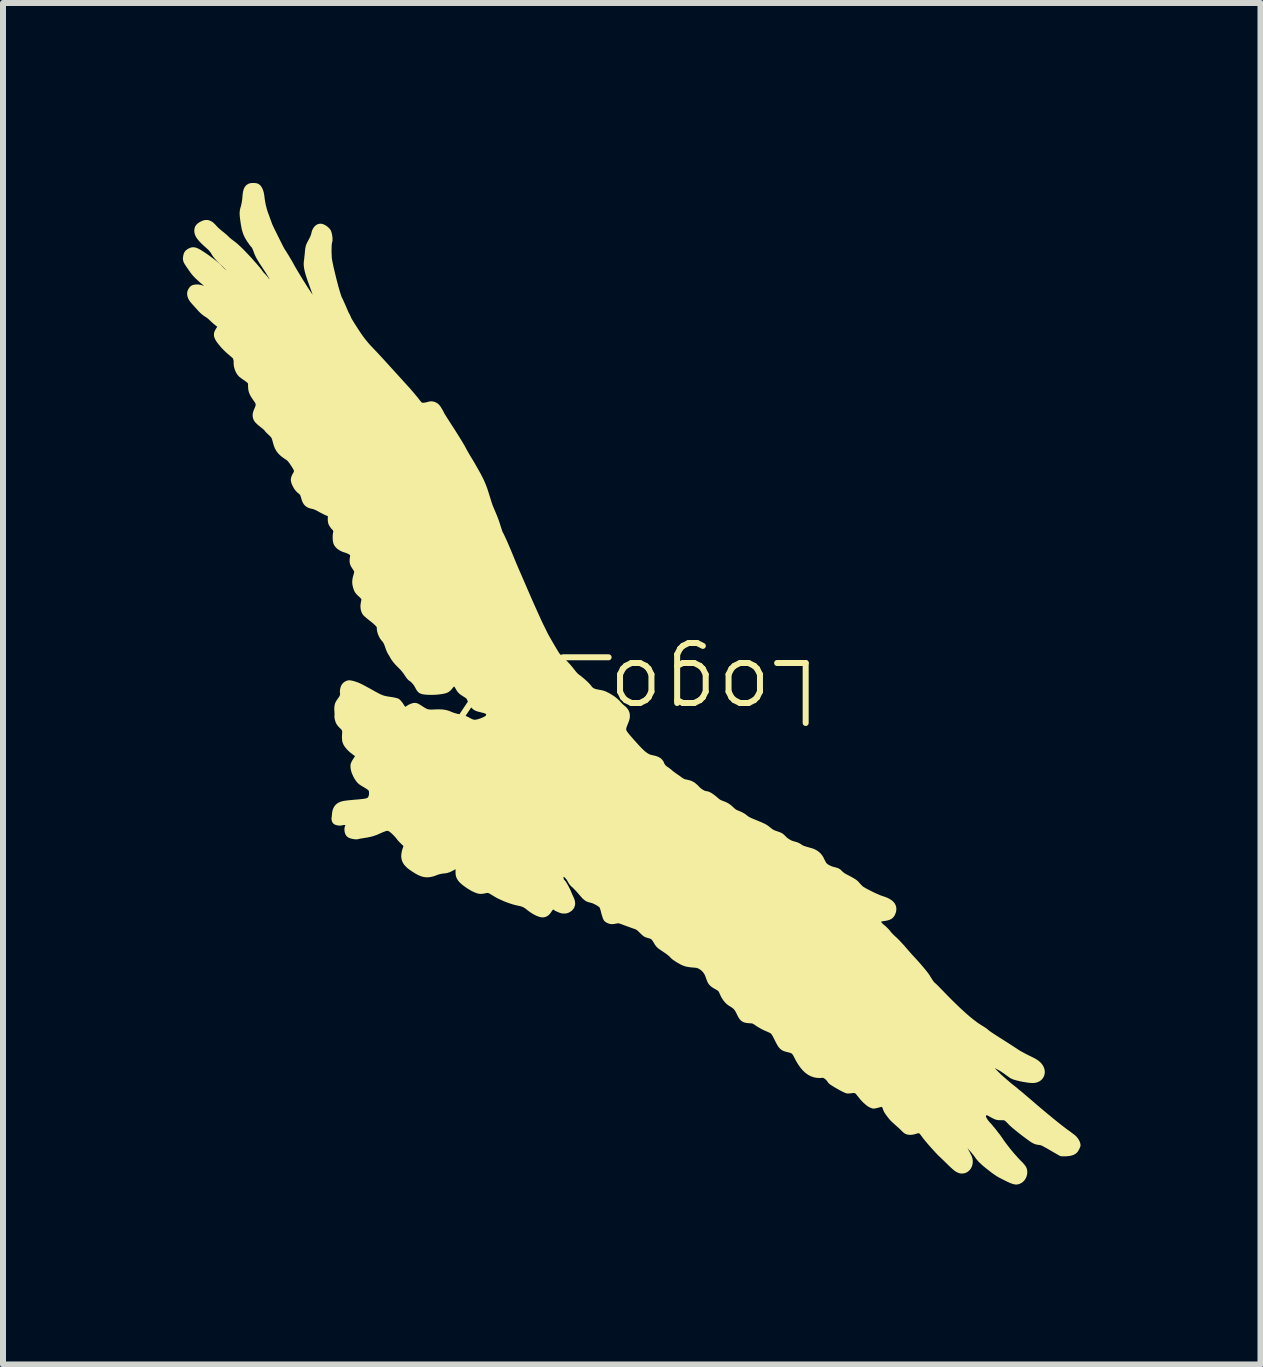
<source format=kicad_pcb>
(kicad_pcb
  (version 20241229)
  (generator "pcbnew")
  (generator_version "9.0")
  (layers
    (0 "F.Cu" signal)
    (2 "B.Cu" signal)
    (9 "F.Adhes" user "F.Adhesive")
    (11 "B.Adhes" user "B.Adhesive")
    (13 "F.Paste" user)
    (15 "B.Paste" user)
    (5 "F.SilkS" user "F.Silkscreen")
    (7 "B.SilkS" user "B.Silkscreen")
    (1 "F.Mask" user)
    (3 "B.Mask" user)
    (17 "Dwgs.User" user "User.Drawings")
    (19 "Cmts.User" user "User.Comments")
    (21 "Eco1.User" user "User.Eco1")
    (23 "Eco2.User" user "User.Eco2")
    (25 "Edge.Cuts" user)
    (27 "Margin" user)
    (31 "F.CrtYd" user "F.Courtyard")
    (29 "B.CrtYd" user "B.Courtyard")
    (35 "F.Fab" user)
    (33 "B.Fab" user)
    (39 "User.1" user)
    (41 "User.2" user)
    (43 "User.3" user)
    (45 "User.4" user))
  (footprint "Logo_2X"
    (layer "F.Cu")
    (at 7.525 8.961)
    (property "Reference" "Logo_2X" (at 0 -0.5 180) (unlocked yes) (layer "F.SilkS") (effects (font (size 1 1) (thickness 0.1))))
    (attr smd exclude_from_bom dnp)
    (fp_poly (pts (xy -6.35 -8.89) (xy -6.35 -8.89) (xy -6.346 -8.89) (xy -6.342 -8.89) (xy -6.338 -8.89) (xy -6.334 -8.889) (xy -6.33 -8.889) (xy -6.327 -8.889) (xy -6.323 -8.888) (xy -6.32 -8.888) (xy -6.316 -8.887) (xy -6.313 -8.887) (xy -6.311 -8.886) (xy -6.308 -8.885) (xy -6.306 -8.885) (xy -6.304 -8.884) (xy -6.302 -8.883) (xy -6.301 -8.883) (xy -6.295 -8.879) (xy -6.289 -8.874) (xy -6.284 -8.869) (xy -6.279 -8.862) (xy -6.274 -8.855) (xy -6.269 -8.847) (xy -6.265 -8.838) (xy -6.261 -8.829) (xy -6.257 -8.819) (xy -6.253 -8.808) (xy -6.25 -8.797) (xy -6.246 -8.784) (xy -6.244 -8.772) (xy -6.241 -8.758) (xy -6.239 -8.744) (xy -6.237 -8.73) (xy -6.232 -8.686) (xy -6.225 -8.644) (xy -6.218 -8.603) (xy -6.209 -8.564) (xy -6.199 -8.525) (xy -6.188 -8.486) (xy -6.175 -8.446) (xy -6.16 -8.406) (xy -6.146 -8.367) (xy -6.134 -8.334) (xy -6.125 -8.309) (xy -6.122 -8.301) (xy -6.12 -8.296) (xy -6.113 -8.277) (xy -6.103 -8.249) (xy -6.09 -8.22) (xy -6.065 -8.167) (xy -5.994 -8.024) (xy -5.926 -7.888) (xy -5.903 -7.844) (xy -5.893 -7.826) (xy -5.887 -7.817) (xy -5.872 -7.794) (xy -5.827 -7.722) (xy -5.776 -7.636) (xy -5.753 -7.596) (xy -5.735 -7.563) (xy -5.707 -7.513) (xy -5.672 -7.454) (xy -5.591 -7.32) (xy -5.512 -7.194) (xy -5.479 -7.143) (xy -5.454 -7.106) (xy -5.439 -7.084) (xy -5.426 -7.065) (xy -5.403 -7.032) (xy -5.393 -7.018) (xy -5.389 -7.012) (xy -5.384 -7.007) (xy -5.38 -7.002) (xy -5.376 -6.997) (xy -5.371 -6.993) (xy -5.367 -6.99) (xy -5.363 -6.987) (xy -5.359 -6.984) (xy -5.355 -6.982) (xy -5.35 -6.981) (xy -5.346 -6.98) (xy -5.342 -6.98) (xy -5.337 -6.98) (xy -5.332 -6.981) (xy -5.327 -6.982) (xy -5.322 -6.984) (xy -5.316 -6.987) (xy -5.31 -6.99) (xy -5.304 -6.994) (xy -5.298 -6.998) (xy -5.291 -7.003) (xy -5.284 -7.008) (xy -5.28 -7.012) (xy -5.278 -7.017) (xy -5.276 -7.024) (xy -5.276 -7.032) (xy -5.276 -7.041) (xy -5.278 -7.051) (xy -5.28 -7.063) (xy -5.283 -7.077) (xy -5.292 -7.108) (xy -5.304 -7.144) (xy -5.319 -7.186) (xy -5.337 -7.234) (xy -5.367 -7.319) (xy -5.381 -7.356) (xy -5.392 -7.391) (xy -5.403 -7.423) (xy -5.412 -7.452) (xy -5.419 -7.479) (xy -5.426 -7.503) (xy -5.431 -7.526) (xy -5.435 -7.547) (xy -5.438 -7.567) (xy -5.44 -7.585) (xy -5.441 -7.602) (xy -5.441 -7.618) (xy -5.44 -7.634) (xy -5.439 -7.649) (xy -5.437 -7.661) (xy -5.435 -7.676) (xy -5.431 -7.714) (xy -5.426 -7.756) (xy -5.422 -7.799) (xy -5.419 -7.83) (xy -5.418 -7.844) (xy -5.416 -7.856) (xy -5.414 -7.867) (xy -5.412 -7.877) (xy -5.41 -7.886) (xy -5.408 -7.895) (xy -5.405 -7.904) (xy -5.401 -7.913) (xy -5.397 -7.922) (xy -5.393 -7.932) (xy -5.388 -7.942) (xy -5.382 -7.953) (xy -5.369 -7.978) (xy -5.358 -7.997) (xy -5.349 -8.016) (xy -5.34 -8.034) (xy -5.333 -8.051) (xy -5.33 -8.059) (xy -5.327 -8.067) (xy -5.324 -8.075) (xy -5.321 -8.083) (xy -5.319 -8.09) (xy -5.317 -8.097) (xy -5.316 -8.104) (xy -5.315 -8.11) (xy -5.313 -8.116) (xy -5.312 -8.121) (xy -5.311 -8.126) (xy -5.309 -8.132) (xy -5.307 -8.137) (xy -5.306 -8.142) (xy -5.304 -8.147) (xy -5.302 -8.151) (xy -5.3 -8.156) (xy -5.297 -8.16) (xy -5.295 -8.165) (xy -5.293 -8.169) (xy -5.29 -8.173) (xy -5.288 -8.176) (xy -5.285 -8.18) (xy -5.283 -8.183) (xy -5.28 -8.187) (xy -5.277 -8.19) (xy -5.274 -8.193) (xy -5.271 -8.195) (xy -5.268 -8.198) (xy -5.265 -8.2) (xy -5.262 -8.202) (xy -5.259 -8.204) (xy -5.256 -8.206) (xy -5.253 -8.207) (xy -5.25 -8.208) (xy -5.246 -8.209) (xy -5.243 -8.21) (xy -5.24 -8.211) (xy -5.236 -8.211) (xy -5.233 -8.211) (xy -5.23 -8.211) (xy -5.227 -8.21) (xy -5.223 -8.21) (xy -5.219 -8.209) (xy -5.216 -8.208) (xy -5.212 -8.207) (xy -5.204 -8.204) (xy -5.196 -8.2) (xy -5.189 -8.196) (xy -5.181 -8.192) (xy -5.173 -8.187) (xy -5.165 -8.181) (xy -5.158 -8.175) (xy -5.15 -8.169) (xy -5.144 -8.163) (xy -5.138 -8.156) (xy -5.132 -8.15) (xy -5.13 -8.146) (xy -5.127 -8.143) (xy -5.125 -8.14) (xy -5.123 -8.136) (xy -5.12 -8.13) (xy -5.117 -8.122) (xy -5.115 -8.113) (xy -5.112 -8.104) (xy -5.11 -8.093) (xy -5.108 -8.082) (xy -5.106 -8.071) (xy -5.105 -8.059) (xy -5.103 -8.048) (xy -5.102 -8.037) (xy -5.102 -8.026) (xy -5.102 -8.017) (xy -5.102 -8.008) (xy -5.102 -8.001) (xy -5.104 -7.995) (xy -5.104 -7.992) (xy -5.105 -7.99) (xy -5.108 -7.985) (xy -5.11 -7.976) (xy -5.111 -7.964) (xy -5.113 -7.95) (xy -5.116 -7.916) (xy -5.117 -7.876) (xy -5.118 -7.832) (xy -5.117 -7.787) (xy -5.115 -7.743) (xy -5.113 -7.703) (xy -5.109 -7.675) (xy -5.103 -7.639) (xy -5.084 -7.549) (xy -5.059 -7.442) (xy -5.031 -7.328) (xy -5.002 -7.218) (xy -4.974 -7.122) (xy -4.951 -7.049) (xy -4.941 -7.024) (xy -4.934 -7.009) (xy -4.929 -7.002) (xy -4.923 -6.99) (xy -4.908 -6.956) (xy -4.889 -6.914) (xy -4.868 -6.867) (xy -4.859 -6.844) (xy -4.849 -6.822) (xy -4.841 -6.802) (xy -4.833 -6.785) (xy -4.827 -6.771) (xy -4.822 -6.76) (xy -4.818 -6.752) (xy -4.817 -6.75) (xy -4.816 -6.75) (xy -4.816 -6.749) (xy -4.815 -6.748) (xy -4.814 -6.747) (xy -4.813 -6.745) (xy -4.81 -6.741) (xy -4.807 -6.735) (xy -4.804 -6.729) (xy -4.801 -6.722) (xy -4.798 -6.714) (xy -4.794 -6.706) (xy -4.787 -6.69) (xy -4.779 -6.673) (xy -4.768 -6.653) (xy -4.753 -6.628) (xy -4.733 -6.595) (xy -4.707 -6.554) (xy -4.631 -6.437) (xy -4.604 -6.397) (xy -4.575 -6.357) (xy -4.545 -6.317) (xy -4.513 -6.278) (xy -4.48 -6.238) (xy -4.445 -6.199) (xy -4.408 -6.16) (xy -4.371 -6.121) (xy -4.341 -6.09) (xy -4.292 -6.037) (xy -4.23 -5.97) (xy -4.162 -5.895) (xy -3.854 -5.556) (xy -3.825 -5.524) (xy -3.794 -5.49) (xy -3.765 -5.456) (xy -3.737 -5.424) (xy -3.711 -5.393) (xy -3.688 -5.365) (xy -3.668 -5.342) (xy -3.654 -5.323) (xy -3.642 -5.307) (xy -3.63 -5.292) (xy -3.618 -5.278) (xy -3.607 -5.265) (xy -3.601 -5.259) (xy -3.596 -5.254) (xy -3.592 -5.249) (xy -3.588 -5.245) (xy -3.584 -5.241) (xy -3.58 -5.238) (xy -3.578 -5.236) (xy -3.575 -5.234) (xy -3.57 -5.232) (xy -3.564 -5.23) (xy -3.557 -5.228) (xy -3.549 -5.227) (xy -3.541 -5.226) (xy -3.532 -5.226) (xy -3.522 -5.226) (xy -3.512 -5.226) (xy -3.501 -5.227) (xy -3.49 -5.228) (xy -3.479 -5.23) (xy -3.468 -5.232) (xy -3.457 -5.234) (xy -3.446 -5.236) (xy -3.435 -5.239) (xy -3.424 -5.242) (xy -3.42 -5.244) (xy -3.415 -5.245) (xy -3.41 -5.246) (xy -3.406 -5.247) (xy -3.401 -5.248) (xy -3.397 -5.249) (xy -3.392 -5.249) (xy -3.388 -5.249) (xy -3.383 -5.249) (xy -3.379 -5.249) (xy -3.374 -5.249) (xy -3.37 -5.248) (xy -3.366 -5.247) (xy -3.361 -5.246) (xy -3.357 -5.245) (xy -3.353 -5.244) (xy -3.349 -5.243) (xy -3.345 -5.241) (xy -3.341 -5.239) (xy -3.337 -5.238) (xy -3.333 -5.235) (xy -3.329 -5.233) (xy -3.326 -5.231) (xy -3.322 -5.228) (xy -3.318 -5.225) (xy -3.315 -5.223) (xy -3.311 -5.219) (xy -3.308 -5.216) (xy -3.305 -5.213) (xy -3.302 -5.209) (xy -3.299 -5.205) (xy -3.296 -5.202) (xy -3.286 -5.188) (xy -3.277 -5.173) (xy -3.268 -5.158) (xy -3.259 -5.143) (xy -3.251 -5.129) (xy -3.244 -5.116) (xy -3.238 -5.104) (xy -3.236 -5.099) (xy -3.234 -5.095) (xy -3.231 -5.089) (xy -3.225 -5.078) (xy -3.204 -5.045) (xy -3.175 -4.998) (xy -3.14 -4.944) (xy -3.053 -4.809) (xy -2.977 -4.688) (xy -2.944 -4.635) (xy -2.916 -4.588) (xy -2.893 -4.549) (xy -2.876 -4.518) (xy -2.869 -4.504) (xy -2.861 -4.489) (xy -2.843 -4.457) (xy -2.824 -4.424) (xy -2.807 -4.394) (xy -2.734 -4.274) (xy -2.676 -4.172) (xy -2.651 -4.128) (xy -2.628 -4.087) (xy -2.608 -4.049) (xy -2.59 -4.013) (xy -2.573 -3.979) (xy -2.559 -3.946) (xy -2.545 -3.914) (xy -2.533 -3.883) (xy -2.521 -3.851) (xy -2.51 -3.819) (xy -2.488 -3.75) (xy -2.469 -3.688) (xy -2.451 -3.631) (xy -2.436 -3.586) (xy -2.431 -3.57) (xy -2.427 -3.559) (xy -2.405 -3.507) (xy -2.375 -3.436) (xy -2.36 -3.4) (xy -2.347 -3.368) (xy -2.336 -3.339) (xy -2.326 -3.311) (xy -2.316 -3.283) (xy -2.307 -3.254) (xy -2.285 -3.184) (xy -2.279 -3.167) (xy -2.274 -3.15) (xy -2.268 -3.135) (xy -2.264 -3.122) (xy -2.259 -3.111) (xy -2.257 -3.106) (xy -2.255 -3.102) (xy -2.254 -3.099) (xy -2.253 -3.096) (xy -2.251 -3.094) (xy -2.251 -3.094) (xy -2.25 -3.094) (xy -2.248 -3.09) (xy -2.243 -3.082) (xy -2.229 -3.053) (xy -2.184 -2.955) (xy -2.126 -2.82) (xy -2.064 -2.669) (xy -2.036 -2.602) (xy -2.006 -2.53) (xy -1.977 -2.463) (xy -1.953 -2.409) (xy -1.898 -2.282) (xy -1.832 -2.129) (xy -1.799 -2.053) (xy -1.763 -1.971) (xy -1.729 -1.894) (xy -1.701 -1.832) (xy -1.623 -1.659) (xy -1.612 -1.635) (xy -1.596 -1.601) (xy -1.578 -1.564) (xy -1.559 -1.526) (xy -1.541 -1.49) (xy -1.526 -1.459) (xy -1.514 -1.435) (xy -1.508 -1.422) (xy -1.493 -1.393) (xy -1.468 -1.349) (xy -1.404 -1.238) (xy -1.341 -1.132) (xy -1.318 -1.094) (xy -1.304 -1.074) (xy -1.298 -1.067) (xy -1.291 -1.059) (xy -1.269 -1.036) (xy -1.256 -1.023) (xy -1.242 -1.01) (xy -1.228 -0.995) (xy -1.213 -0.981) (xy -1.197 -0.966) (xy -1.18 -0.948) (xy -1.162 -0.929) (xy -1.144 -0.909) (xy -1.125 -0.889) (xy -1.108 -0.869) (xy -1.092 -0.85) (xy -1.077 -0.832) (xy -1.052 -0.8) (xy -1.042 -0.787) (xy -1.032 -0.775) (xy -1.024 -0.765) (xy -1.016 -0.756) (xy -1.009 -0.748) (xy -1.003 -0.741) (xy -0.997 -0.735) (xy -0.991 -0.729) (xy -0.985 -0.724) (xy -0.979 -0.719) (xy -0.973 -0.713) (xy -0.966 -0.708) (xy -0.95 -0.696) (xy -0.937 -0.687) (xy -0.924 -0.676) (xy -0.898 -0.655) (xy -0.871 -0.632) (xy -0.846 -0.61) (xy -0.834 -0.599) (xy -0.823 -0.588) (xy -0.812 -0.577) (xy -0.802 -0.567) (xy -0.793 -0.557) (xy -0.785 -0.548) (xy -0.778 -0.539) (xy -0.773 -0.532) (xy -0.765 -0.522) (xy -0.758 -0.513) (xy -0.75 -0.505) (xy -0.742 -0.497) (xy -0.734 -0.49) (xy -0.725 -0.484) (xy -0.716 -0.478) (xy -0.706 -0.473) (xy -0.696 -0.468) (xy -0.685 -0.463) (xy -0.673 -0.459) (xy -0.66 -0.455) (xy -0.645 -0.452) (xy -0.63 -0.448) (xy -0.614 -0.445) (xy -0.596 -0.442) (xy -0.571 -0.437) (xy -0.56 -0.435) (xy -0.55 -0.433) (xy -0.54 -0.43) (xy -0.531 -0.428) (xy -0.522 -0.425) (xy -0.514 -0.422) (xy -0.505 -0.418) (xy -0.496 -0.415) (xy -0.488 -0.411) (xy -0.479 -0.406) (xy -0.469 -0.401) (xy -0.459 -0.396) (xy -0.436 -0.383) (xy -0.422 -0.374) (xy -0.408 -0.366) (xy -0.395 -0.358) (xy -0.384 -0.35) (xy -0.372 -0.342) (xy -0.361 -0.335) (xy -0.351 -0.327) (xy -0.341 -0.319) (xy -0.332 -0.311) (xy -0.323 -0.303) (xy -0.314 -0.295) (xy -0.305 -0.287) (xy -0.296 -0.278) (xy -0.288 -0.269) (xy -0.279 -0.259) (xy -0.27 -0.249) (xy -0.264 -0.242) (xy -0.257 -0.235) (xy -0.249 -0.226) (xy -0.24 -0.218) (xy -0.231 -0.21) (xy -0.222 -0.202) (xy -0.213 -0.195) (xy -0.209 -0.191) (xy -0.205 -0.188) (xy -0.194 -0.179) (xy -0.184 -0.169) (xy -0.175 -0.159) (xy -0.167 -0.149) (xy -0.163 -0.144) (xy -0.16 -0.138) (xy -0.157 -0.133) (xy -0.155 -0.127) (xy -0.152 -0.121) (xy -0.15 -0.115) (xy -0.149 -0.109) (xy -0.147 -0.103) (xy -0.146 -0.097) (xy -0.145 -0.091) (xy -0.145 -0.084) (xy -0.144 -0.078) (xy -0.145 -0.065) (xy -0.146 -0.051) (xy -0.149 -0.036) (xy -0.153 -0.022) (xy -0.158 -0.006) (xy -0.164 0.009) (xy -0.175 0.037) (xy -0.185 0.061) (xy -0.193 0.083) (xy -0.199 0.102) (xy -0.201 0.112) (xy -0.203 0.121) (xy -0.205 0.129) (xy -0.206 0.137) (xy -0.206 0.145) (xy -0.206 0.153) (xy -0.205 0.161) (xy -0.204 0.169) (xy -0.202 0.176) (xy -0.2 0.184) (xy -0.197 0.191) (xy -0.194 0.199) (xy -0.19 0.207) (xy -0.185 0.215) (xy -0.18 0.223) (xy -0.174 0.232) (xy -0.161 0.25) (xy -0.145 0.27) (xy -0.127 0.292) (xy -0.106 0.316) (xy -0.064 0.364) (xy -0.026 0.406) (xy 0.008 0.444) (xy 0.039 0.478) (xy 0.068 0.508) (xy 0.094 0.534) (xy 0.119 0.557) (xy 0.141 0.576) (xy 0.152 0.585) (xy 0.163 0.592) (xy 0.173 0.6) (xy 0.183 0.606) (xy 0.193 0.612) (xy 0.203 0.618) (xy 0.213 0.623) (xy 0.222 0.628) (xy 0.232 0.632) (xy 0.242 0.636) (xy 0.262 0.642) (xy 0.283 0.647) (xy 0.305 0.652) (xy 0.318 0.655) (xy 0.33 0.658) (xy 0.342 0.661) (xy 0.353 0.665) (xy 0.363 0.669) (xy 0.368 0.671) (xy 0.372 0.673) (xy 0.377 0.675) (xy 0.381 0.677) (xy 0.385 0.68) (xy 0.389 0.682) (xy 0.393 0.685) (xy 0.397 0.687) (xy 0.4 0.69) (xy 0.403 0.693) (xy 0.406 0.696) (xy 0.409 0.699) (xy 0.412 0.702) (xy 0.415 0.705) (xy 0.417 0.709) (xy 0.42 0.712) (xy 0.422 0.716) (xy 0.424 0.719) (xy 0.426 0.723) (xy 0.428 0.727) (xy 0.43 0.731) (xy 0.431 0.735) (xy 0.434 0.742) (xy 0.437 0.749) (xy 0.441 0.756) (xy 0.444 0.762) (xy 0.449 0.769) (xy 0.453 0.776) (xy 0.458 0.782) (xy 0.463 0.789) (xy 0.468 0.795) (xy 0.473 0.801) (xy 0.479 0.807) (xy 0.485 0.812) (xy 0.491 0.817) (xy 0.497 0.822) (xy 0.503 0.826) (xy 0.509 0.829) (xy 0.516 0.834) (xy 0.524 0.84) (xy 0.533 0.846) (xy 0.543 0.853) (xy 0.552 0.86) (xy 0.561 0.867) (xy 0.569 0.874) (xy 0.577 0.88) (xy 0.585 0.887) (xy 0.594 0.895) (xy 0.604 0.903) (xy 0.615 0.911) (xy 0.625 0.919) (xy 0.636 0.927) (xy 0.647 0.935) (xy 0.656 0.941) (xy 0.677 0.956) (xy 0.702 0.973) (xy 0.727 0.991) (xy 0.751 1.008) (xy 0.765 1.018) (xy 0.772 1.023) (xy 0.779 1.027) (xy 0.785 1.03) (xy 0.791 1.034) (xy 0.797 1.037) (xy 0.803 1.04) (xy 0.809 1.042) (xy 0.816 1.045) (xy 0.822 1.047) (xy 0.829 1.049) (xy 0.836 1.051) (xy 0.844 1.053) (xy 0.852 1.054) (xy 0.861 1.056) (xy 0.874 1.059) (xy 0.887 1.062) (xy 0.899 1.065) (xy 0.91 1.068) (xy 0.921 1.072) (xy 0.931 1.077) (xy 0.941 1.081) (xy 0.951 1.086) (xy 0.96 1.092) (xy 0.97 1.099) (xy 0.979 1.106) (xy 0.988 1.114) (xy 0.998 1.122) (xy 1.008 1.131) (xy 1.018 1.142) (xy 1.029 1.153) (xy 1.038 1.163) (xy 1.048 1.172) (xy 1.059 1.182) (xy 1.07 1.19) (xy 1.081 1.199) (xy 1.092 1.207) (xy 1.104 1.214) (xy 1.115 1.221) (xy 1.127 1.227) (xy 1.138 1.233) (xy 1.149 1.238) (xy 1.16 1.242) (xy 1.171 1.245) (xy 1.181 1.248) (xy 1.191 1.249) (xy 1.2 1.25) (xy 1.205 1.251) (xy 1.211 1.252) (xy 1.218 1.255) (xy 1.226 1.258) (xy 1.234 1.262) (xy 1.243 1.267) (xy 1.253 1.273) (xy 1.262 1.279) (xy 1.273 1.286) (xy 1.284 1.294) (xy 1.295 1.302) (xy 1.306 1.311) (xy 1.317 1.32) (xy 1.329 1.329) (xy 1.34 1.339) (xy 1.351 1.349) (xy 1.362 1.359) (xy 1.368 1.363) (xy 1.373 1.367) (xy 1.378 1.371) (xy 1.384 1.374) (xy 1.389 1.378) (xy 1.395 1.381) (xy 1.4 1.385) (xy 1.406 1.388) (xy 1.412 1.391) (xy 1.419 1.394) (xy 1.425 1.397) (xy 1.432 1.4) (xy 1.44 1.403) (xy 1.447 1.406) (xy 1.461 1.411) (xy 1.474 1.416) (xy 1.486 1.421) (xy 1.497 1.425) (xy 1.507 1.43) (xy 1.517 1.435) (xy 1.526 1.44) (xy 1.535 1.445) (xy 1.544 1.451) (xy 1.552 1.457) (xy 1.561 1.463) (xy 1.569 1.47) (xy 1.578 1.477) (xy 1.587 1.485) (xy 1.596 1.494) (xy 1.606 1.503) (xy 1.62 1.516) (xy 1.627 1.522) (xy 1.633 1.528) (xy 1.639 1.532) (xy 1.645 1.537) (xy 1.651 1.541) (xy 1.657 1.545) (xy 1.663 1.549) (xy 1.67 1.553) (xy 1.677 1.556) (xy 1.685 1.56) (xy 1.693 1.563) (xy 1.701 1.567) (xy 1.721 1.575) (xy 1.739 1.582) (xy 1.747 1.586) (xy 1.755 1.589) (xy 1.763 1.593) (xy 1.77 1.597) (xy 1.777 1.6) (xy 1.784 1.604) (xy 1.791 1.608) (xy 1.797 1.612) (xy 1.804 1.616) (xy 1.81 1.62) (xy 1.816 1.625) (xy 1.822 1.629) (xy 1.828 1.634) (xy 1.834 1.639) (xy 1.848 1.65) (xy 1.863 1.66) (xy 1.879 1.67) (xy 1.898 1.68) (xy 1.92 1.691) (xy 1.948 1.703) (xy 1.981 1.717) (xy 2.021 1.733) (xy 2.063 1.751) (xy 2.082 1.758) (xy 2.098 1.765) (xy 2.112 1.772) (xy 2.126 1.778) (xy 2.137 1.783) (xy 2.148 1.789) (xy 2.158 1.794) (xy 2.167 1.8) (xy 2.176 1.805) (xy 2.185 1.811) (xy 2.194 1.817) (xy 2.202 1.824) (xy 2.211 1.831) (xy 2.221 1.839) (xy 2.24 1.854) (xy 2.248 1.86) (xy 2.256 1.866) (xy 2.263 1.871) (xy 2.27 1.876) (xy 2.277 1.88) (xy 2.284 1.885) (xy 2.292 1.888) (xy 2.299 1.892) (xy 2.307 1.896) (xy 2.316 1.899) (xy 2.325 1.903) (xy 2.334 1.906) (xy 2.357 1.914) (xy 2.369 1.918) (xy 2.38 1.922) (xy 2.39 1.926) (xy 2.399 1.929) (xy 2.407 1.932) (xy 2.415 1.935) (xy 2.421 1.939) (xy 2.427 1.942) (xy 2.433 1.945) (xy 2.438 1.949) (xy 2.443 1.953) (xy 2.448 1.958) (xy 2.454 1.963) (xy 2.459 1.968) (xy 2.472 1.981) (xy 2.482 1.991) (xy 2.491 2) (xy 2.501 2.009) (xy 2.512 2.017) (xy 2.522 2.025) (xy 2.533 2.033) (xy 2.545 2.04) (xy 2.556 2.047) (xy 2.568 2.054) (xy 2.58 2.06) (xy 2.593 2.066) (xy 2.605 2.071) (xy 2.618 2.076) (xy 2.631 2.08) (xy 2.644 2.084) (xy 2.657 2.088) (xy 2.664 2.089) (xy 2.67 2.091) (xy 2.676 2.093) (xy 2.682 2.095) (xy 2.689 2.097) (xy 2.695 2.099) (xy 2.701 2.101) (xy 2.706 2.104) (xy 2.712 2.106) (xy 2.717 2.109) (xy 2.723 2.112) (xy 2.728 2.115) (xy 2.733 2.118) (xy 2.738 2.121) (xy 2.742 2.124) (xy 2.746 2.127) (xy 2.759 2.136) (xy 2.772 2.143) (xy 2.779 2.147) (xy 2.787 2.151) (xy 2.805 2.158) (xy 2.829 2.166) (xy 2.858 2.175) (xy 2.896 2.186) (xy 2.942 2.199) (xy 2.955 2.203) (xy 2.967 2.208) (xy 2.979 2.213) (xy 2.991 2.219) (xy 3.002 2.225) (xy 3.013 2.232) (xy 3.024 2.24) (xy 3.034 2.248) (xy 3.044 2.256) (xy 3.053 2.265) (xy 3.061 2.274) (xy 3.069 2.284) (xy 3.077 2.294) (xy 3.084 2.305) (xy 3.09 2.315) (xy 3.095 2.326) (xy 3.1 2.337) (xy 3.106 2.349) (xy 3.112 2.361) (xy 3.118 2.372) (xy 3.124 2.383) (xy 3.129 2.393) (xy 3.134 2.402) (xy 3.138 2.41) (xy 3.144 2.418) (xy 3.15 2.425) (xy 3.158 2.433) (xy 3.167 2.441) (xy 3.176 2.449) (xy 3.187 2.457) (xy 3.198 2.464) (xy 3.21 2.471) (xy 3.222 2.478) (xy 3.235 2.484) (xy 3.248 2.49) (xy 3.262 2.496) (xy 3.276 2.501) (xy 3.29 2.506) (xy 3.304 2.51) (xy 3.319 2.514) (xy 3.329 2.516) (xy 3.338 2.518) (xy 3.346 2.521) (xy 3.353 2.523) (xy 3.36 2.525) (xy 3.366 2.527) (xy 3.369 2.528) (xy 3.371 2.529) (xy 3.374 2.53) (xy 3.376 2.531) (xy 3.379 2.533) (xy 3.381 2.534) (xy 3.383 2.535) (xy 3.385 2.537) (xy 3.387 2.538) (xy 3.39 2.54) (xy 3.394 2.543) (xy 3.398 2.547) (xy 3.403 2.552) (xy 3.408 2.556) (xy 3.413 2.562) (xy 3.417 2.565) (xy 3.42 2.569) (xy 3.425 2.573) (xy 3.429 2.577) (xy 3.439 2.585) (xy 3.449 2.593) (xy 3.46 2.601) (xy 3.47 2.608) (xy 3.481 2.614) (xy 3.486 2.617) (xy 3.49 2.62) (xy 3.546 2.65) (xy 3.569 2.662) (xy 3.589 2.673) (xy 3.607 2.683) (xy 3.622 2.691) (xy 3.634 2.699) (xy 3.645 2.706) (xy 3.65 2.709) (xy 3.655 2.712) (xy 3.659 2.715) (xy 3.663 2.718) (xy 3.666 2.721) (xy 3.67 2.723) (xy 3.673 2.726) (xy 3.676 2.729) (xy 3.679 2.732) (xy 3.682 2.734) (xy 3.687 2.74) (xy 3.693 2.746) (xy 3.699 2.753) (xy 3.706 2.762) (xy 3.714 2.771) (xy 3.723 2.78) (xy 3.732 2.789) (xy 3.741 2.798) (xy 3.749 2.807) (xy 3.757 2.815) (xy 3.765 2.821) (xy 3.775 2.829) (xy 3.789 2.838) (xy 3.827 2.861) (xy 3.875 2.886) (xy 3.928 2.913) (xy 3.983 2.94) (xy 4.036 2.963) (xy 4.082 2.983) (xy 4.102 2.99) (xy 4.119 2.996) (xy 4.147 3.005) (xy 4.172 3.014) (xy 4.184 3.019) (xy 4.195 3.024) (xy 4.206 3.029) (xy 4.216 3.034) (xy 4.225 3.04) (xy 4.234 3.045) (xy 4.242 3.051) (xy 4.25 3.056) (xy 4.257 3.062) (xy 4.264 3.068) (xy 4.27 3.074) (xy 4.275 3.08) (xy 4.28 3.087) (xy 4.284 3.093) (xy 4.288 3.1) (xy 4.291 3.107) (xy 4.294 3.113) (xy 4.296 3.121) (xy 4.297 3.128) (xy 4.298 3.135) (xy 4.298 3.143) (xy 4.298 3.15) (xy 4.298 3.158) (xy 4.296 3.166) (xy 4.295 3.174) (xy 4.292 3.183) (xy 4.289 3.191) (xy 4.286 3.2) (xy 4.282 3.209) (xy 4.278 3.217) (xy 4.274 3.224) (xy 4.269 3.23) (xy 4.264 3.236) (xy 4.258 3.242) (xy 4.252 3.247) (xy 4.245 3.251) (xy 4.237 3.255) (xy 4.228 3.259) (xy 4.219 3.262) (xy 4.208 3.265) (xy 4.196 3.268) (xy 4.183 3.27) (xy 4.169 3.273) (xy 4.154 3.275) (xy 4.141 3.277) (xy 4.128 3.279) (xy 4.116 3.282) (xy 4.105 3.285) (xy 4.094 3.288) (xy 4.085 3.291) (xy 4.076 3.295) (xy 4.069 3.299) (xy 4.062 3.304) (xy 4.056 3.308) (xy 4.05 3.313) (xy 4.046 3.318) (xy 4.042 3.324) (xy 4.039 3.329) (xy 4.037 3.335) (xy 4.036 3.342) (xy 4.036 3.348) (xy 4.036 3.355) (xy 4.038 3.362) (xy 4.04 3.369) (xy 4.043 3.376) (xy 4.047 3.384) (xy 4.052 3.392) (xy 4.057 3.4) (xy 4.064 3.409) (xy 4.071 3.418) (xy 4.079 3.427) (xy 4.088 3.436) (xy 4.097 3.445) (xy 4.108 3.455) (xy 4.12 3.465) (xy 4.132 3.475) (xy 4.143 3.484) (xy 4.154 3.494) (xy 4.166 3.506) (xy 4.177 3.517) (xy 4.188 3.529) (xy 4.199 3.54) (xy 4.203 3.546) (xy 4.208 3.551) (xy 4.212 3.556) (xy 4.215 3.561) (xy 4.219 3.566) (xy 4.223 3.571) (xy 4.233 3.583) (xy 4.245 3.596) (xy 4.258 3.609) (xy 4.271 3.623) (xy 4.285 3.636) (xy 4.298 3.649) (xy 4.312 3.661) (xy 4.326 3.674) (xy 4.344 3.691) (xy 4.363 3.711) (xy 4.384 3.732) (xy 4.406 3.756) (xy 4.428 3.78) (xy 4.45 3.804) (xy 4.47 3.828) (xy 4.51 3.874) (xy 4.546 3.915) (xy 4.574 3.947) (xy 4.584 3.958) (xy 4.591 3.965) (xy 4.63 4.007) (xy 4.671 4.052) (xy 4.712 4.098) (xy 4.752 4.145) (xy 4.788 4.188) (xy 4.82 4.227) (xy 4.845 4.26) (xy 4.854 4.273) (xy 4.861 4.283) (xy 4.884 4.32) (xy 4.893 4.335) (xy 4.902 4.349) (xy 4.91 4.361) (xy 4.917 4.371) (xy 4.923 4.381) (xy 4.929 4.389) (xy 4.934 4.396) (xy 4.939 4.403) (xy 4.944 4.408) (xy 4.949 4.414) (xy 4.954 4.418) (xy 4.959 4.423) (xy 4.964 4.428) (xy 4.969 4.432) (xy 4.977 4.439) (xy 4.987 4.448) (xy 4.999 4.459) (xy 5.013 4.473) (xy 5.043 4.504) (xy 5.075 4.537) (xy 5.179 4.644) (xy 5.278 4.743) (xy 5.372 4.834) (xy 5.461 4.916) (xy 5.504 4.954) (xy 5.544 4.989) (xy 5.584 5.021) (xy 5.621 5.051) (xy 5.657 5.078) (xy 5.691 5.103) (xy 5.723 5.124) (xy 5.753 5.143) (xy 5.769 5.153) (xy 5.784 5.162) (xy 5.799 5.172) (xy 5.812 5.18) (xy 5.824 5.188) (xy 5.833 5.195) (xy 5.841 5.2) (xy 5.843 5.203) (xy 5.845 5.204) (xy 5.857 5.215) (xy 5.871 5.226) (xy 5.888 5.239) (xy 5.908 5.253) (xy 5.932 5.269) (xy 5.959 5.287) (xy 6.027 5.331) (xy 6.147 5.407) (xy 6.239 5.466) (xy 6.309 5.512) (xy 6.363 5.547) (xy 6.377 5.557) (xy 6.396 5.568) (xy 6.417 5.58) (xy 6.442 5.594) (xy 6.468 5.608) (xy 6.494 5.622) (xy 6.522 5.636) (xy 6.548 5.649) (xy 6.581 5.665) (xy 6.61 5.679) (xy 6.623 5.686) (xy 6.635 5.692) (xy 6.646 5.698) (xy 6.656 5.704) (xy 6.665 5.709) (xy 6.674 5.714) (xy 6.682 5.72) (xy 6.689 5.725) (xy 6.696 5.73) (xy 6.702 5.735) (xy 6.708 5.74) (xy 6.714 5.745) (xy 6.722 5.753) (xy 6.73 5.761) (xy 6.737 5.769) (xy 6.744 5.778) (xy 6.749 5.786) (xy 6.755 5.795) (xy 6.759 5.804) (xy 6.763 5.813) (xy 6.766 5.822) (xy 6.769 5.831) (xy 6.771 5.839) (xy 6.772 5.848) (xy 6.773 5.857) (xy 6.773 5.865) (xy 6.772 5.874) (xy 6.771 5.882) (xy 6.769 5.89) (xy 6.767 5.898) (xy 6.763 5.906) (xy 6.76 5.913) (xy 6.756 5.92) (xy 6.751 5.927) (xy 6.746 5.934) (xy 6.74 5.94) (xy 6.733 5.945) (xy 6.726 5.951) (xy 6.718 5.956) (xy 6.71 5.96) (xy 6.701 5.964) (xy 6.692 5.967) (xy 6.682 5.97) (xy 6.672 5.972) (xy 6.659 5.974) (xy 6.643 5.974) (xy 6.624 5.974) (xy 6.602 5.972) (xy 6.579 5.97) (xy 6.553 5.966) (xy 6.5 5.958) (xy 6.446 5.947) (xy 6.395 5.935) (xy 6.371 5.928) (xy 6.35 5.922) (xy 6.331 5.915) (xy 6.315 5.908) (xy 6.309 5.905) (xy 6.302 5.901) (xy 6.284 5.888) (xy 6.236 5.854) (xy 6.209 5.833) (xy 6.179 5.813) (xy 6.148 5.792) (xy 6.133 5.783) (xy 6.117 5.774) (xy 5.975 5.695) (xy 5.934 5.753) (xy 5.932 5.757) (xy 5.929 5.761) (xy 5.928 5.765) (xy 5.926 5.769) (xy 5.925 5.773) (xy 5.925 5.777) (xy 5.925 5.781) (xy 5.925 5.785) (xy 5.926 5.79) (xy 5.927 5.794) (xy 5.928 5.799) (xy 5.93 5.804) (xy 5.936 5.813) (xy 5.943 5.824) (xy 5.951 5.836) (xy 5.962 5.848) (xy 5.974 5.861) (xy 5.987 5.876) (xy 6.02 5.909) (xy 6.059 5.948) (xy 6.08 5.968) (xy 6.108 5.992) (xy 6.14 6.02) (xy 6.175 6.05) (xy 6.244 6.109) (xy 6.275 6.134) (xy 6.301 6.154) (xy 6.308 6.16) (xy 6.315 6.165) (xy 6.322 6.171) (xy 6.329 6.176) (xy 6.335 6.181) (xy 6.339 6.185) (xy 6.342 6.187) (xy 6.343 6.188) (xy 6.345 6.19) (xy 6.346 6.191) (xy 6.349 6.194) (xy 6.353 6.197) (xy 6.358 6.202) (xy 6.363 6.206) (xy 6.37 6.212) (xy 6.377 6.217) (xy 6.384 6.223) (xy 6.391 6.228) (xy 6.417 6.249) (xy 6.46 6.286) (xy 6.578 6.386) (xy 6.668 6.464) (xy 6.758 6.54) (xy 6.845 6.613) (xy 6.928 6.681) (xy 7.004 6.743) (xy 7.072 6.797) (xy 7.129 6.841) (xy 7.172 6.874) (xy 7.211 6.901) (xy 7.248 6.929) (xy 7.28 6.953) (xy 7.293 6.963) (xy 7.303 6.971) (xy 7.31 6.978) (xy 7.318 6.985) (xy 7.325 6.993) (xy 7.331 7.001) (xy 7.338 7.01) (xy 7.344 7.018) (xy 7.349 7.027) (xy 7.354 7.036) (xy 7.358 7.044) (xy 7.362 7.052) (xy 7.365 7.06) (xy 7.367 7.068) (xy 7.368 7.071) (xy 7.368 7.075) (xy 7.368 7.078) (xy 7.369 7.081) (xy 7.368 7.084) (xy 7.368 7.086) (xy 7.367 7.089) (xy 7.366 7.091) (xy 7.361 7.102) (xy 7.356 7.112) (xy 7.352 7.121) (xy 7.347 7.129) (xy 7.343 7.137) (xy 7.339 7.143) (xy 7.337 7.146) (xy 7.335 7.149) (xy 7.333 7.151) (xy 7.331 7.154) (xy 7.328 7.156) (xy 7.326 7.158) (xy 7.324 7.161) (xy 7.322 7.163) (xy 7.319 7.164) (xy 7.317 7.166) (xy 7.314 7.168) (xy 7.312 7.169) (xy 7.309 7.171) (xy 7.306 7.172) (xy 7.301 7.175) (xy 7.294 7.178) (xy 7.287 7.181) (xy 7.283 7.182) (xy 7.277 7.184) (xy 7.272 7.185) (xy 7.266 7.187) (xy 7.254 7.19) (xy 7.24 7.192) (xy 7.226 7.194) (xy 7.212 7.195) (xy 7.199 7.196) (xy 7.192 7.196) (xy 7.186 7.197) (xy 7.125 7.196) (xy 6.967 7.105) (xy 6.918 7.076) (xy 6.897 7.065) (xy 6.879 7.055) (xy 6.863 7.046) (xy 6.848 7.038) (xy 6.836 7.032) (xy 6.824 7.026) (xy 6.814 7.022) (xy 6.804 7.018) (xy 6.796 7.015) (xy 6.787 7.013) (xy 6.779 7.011) (xy 6.77 7.009) (xy 6.761 7.008) (xy 6.752 7.007) (xy 6.743 7.006) (xy 6.735 7.004) (xy 6.728 7.003) (xy 6.721 7.002) (xy 6.714 7) (xy 6.708 6.998) (xy 6.701 6.996) (xy 6.695 6.994) (xy 6.689 6.991) (xy 6.683 6.988) (xy 6.676 6.985) (xy 6.67 6.981) (xy 6.663 6.977) (xy 6.655 6.973) (xy 6.639 6.962) (xy 6.596 6.931) (xy 6.547 6.895) (xy 6.495 6.856) (xy 6.444 6.816) (xy 6.395 6.776) (xy 6.352 6.741) (xy 6.318 6.711) (xy 6.305 6.699) (xy 6.296 6.689) (xy 6.281 6.674) (xy 6.268 6.66) (xy 6.255 6.648) (xy 6.244 6.637) (xy 6.234 6.628) (xy 6.224 6.62) (xy 6.219 6.616) (xy 6.214 6.613) (xy 6.21 6.61) (xy 6.205 6.608) (xy 6.2 6.605) (xy 6.196 6.603) (xy 6.191 6.601) (xy 6.187 6.6) (xy 6.182 6.598) (xy 6.177 6.597) (xy 6.172 6.596) (xy 6.167 6.595) (xy 6.156 6.594) (xy 6.145 6.594) (xy 6.133 6.594) (xy 6.119 6.594) (xy 6.097 6.594) (xy 6.088 6.594) (xy 6.079 6.594) (xy 6.071 6.593) (xy 6.064 6.592) (xy 6.057 6.59) (xy 6.049 6.589) (xy 6.042 6.586) (xy 6.034 6.583) (xy 6.026 6.579) (xy 6.017 6.575) (xy 6.007 6.57) (xy 5.996 6.564) (xy 5.969 6.55) (xy 5.943 6.535) (xy 5.932 6.529) (xy 5.922 6.524) (xy 5.914 6.519) (xy 5.91 6.518) (xy 5.906 6.516) (xy 5.903 6.514) (xy 5.899 6.513) (xy 5.896 6.512) (xy 5.893 6.511) (xy 5.891 6.51) (xy 5.888 6.51) (xy 5.885 6.509) (xy 5.883 6.509) (xy 5.881 6.509) (xy 5.878 6.509) (xy 5.876 6.509) (xy 5.874 6.509) (xy 5.871 6.509) (xy 5.869 6.51) (xy 5.866 6.51) (xy 5.864 6.511) (xy 5.859 6.513) (xy 5.853 6.515) (xy 5.849 6.516) (xy 5.845 6.518) (xy 5.842 6.519) (xy 5.838 6.521) (xy 5.835 6.523) (xy 5.831 6.526) (xy 5.828 6.528) (xy 5.825 6.53) (xy 5.819 6.535) (xy 5.814 6.541) (xy 5.809 6.547) (xy 5.805 6.554) (xy 5.801 6.56) (xy 5.798 6.567) (xy 5.795 6.575) (xy 5.793 6.582) (xy 5.792 6.59) (xy 5.792 6.594) (xy 5.792 6.598) (xy 5.791 6.602) (xy 5.792 6.606) (xy 5.792 6.61) (xy 5.792 6.614) (xy 5.794 6.621) (xy 5.796 6.629) (xy 5.799 6.637) (xy 5.803 6.646) (xy 5.808 6.656) (xy 5.813 6.665) (xy 5.819 6.675) (xy 5.826 6.686) (xy 5.832 6.696) (xy 5.84 6.707) (xy 5.848 6.717) (xy 5.856 6.727) (xy 5.865 6.738) (xy 5.873 6.748) (xy 5.882 6.757) (xy 5.892 6.767) (xy 5.907 6.784) (xy 5.93 6.812) (xy 5.959 6.846) (xy 5.989 6.885) (xy 6.019 6.924) (xy 6.047 6.96) (xy 6.068 6.99) (xy 6.082 7.01) (xy 6.093 7.027) (xy 6.107 7.047) (xy 6.142 7.095) (xy 6.183 7.148) (xy 6.228 7.205) (xy 6.275 7.261) (xy 6.321 7.313) (xy 6.362 7.358) (xy 6.38 7.377) (xy 6.396 7.393) (xy 6.402 7.399) (xy 6.408 7.405) (xy 6.42 7.417) (xy 6.432 7.43) (xy 6.442 7.442) (xy 6.447 7.448) (xy 6.452 7.453) (xy 6.456 7.459) (xy 6.46 7.464) (xy 6.463 7.469) (xy 6.466 7.473) (xy 6.469 7.477) (xy 6.47 7.48) (xy 6.473 7.486) (xy 6.475 7.491) (xy 6.476 7.497) (xy 6.478 7.502) (xy 6.479 7.508) (xy 6.48 7.514) (xy 6.48 7.519) (xy 6.481 7.525) (xy 6.481 7.531) (xy 6.481 7.537) (xy 6.48 7.543) (xy 6.48 7.549) (xy 6.479 7.555) (xy 6.478 7.561) (xy 6.476 7.567) (xy 6.475 7.573) (xy 6.473 7.578) (xy 6.471 7.584) (xy 6.469 7.59) (xy 6.466 7.595) (xy 6.464 7.6) (xy 6.461 7.606) (xy 6.458 7.611) (xy 6.454 7.616) (xy 6.451 7.621) (xy 6.447 7.625) (xy 6.443 7.63) (xy 6.439 7.634) (xy 6.435 7.638) (xy 6.431 7.641) (xy 6.426 7.645) (xy 6.421 7.648) (xy 6.412 7.654) (xy 6.403 7.658) (xy 6.395 7.662) (xy 6.386 7.664) (xy 6.377 7.666) (xy 6.367 7.667) (xy 6.357 7.666) (xy 6.346 7.664) (xy 6.334 7.661) (xy 6.32 7.657) (xy 6.305 7.651) (xy 6.288 7.645) (xy 6.27 7.636) (xy 6.249 7.627) (xy 6.201 7.603) (xy 6.161 7.583) (xy 6.128 7.566) (xy 6.113 7.558) (xy 6.099 7.55) (xy 6.085 7.542) (xy 6.072 7.534) (xy 6.059 7.525) (xy 6.046 7.516) (xy 6.018 7.497) (xy 5.986 7.473) (xy 5.949 7.444) (xy 5.928 7.428) (xy 5.908 7.412) (xy 5.89 7.397) (xy 5.872 7.383) (xy 5.856 7.369) (xy 5.84 7.355) (xy 5.826 7.341) (xy 5.812 7.328) (xy 5.799 7.316) (xy 5.787 7.303) (xy 5.776 7.291) (xy 5.766 7.279) (xy 5.756 7.267) (xy 5.747 7.255) (xy 5.739 7.243) (xy 5.731 7.232) (xy 5.726 7.225) (xy 5.72 7.217) (xy 5.703 7.196) (xy 5.682 7.17) (xy 5.659 7.142) (xy 5.635 7.115) (xy 5.614 7.091) (xy 5.596 7.072) (xy 5.59 7.065) (xy 5.585 7.06) (xy 5.583 7.058) (xy 5.581 7.057) (xy 5.577 7.053) (xy 5.573 7.049) (xy 5.569 7.044) (xy 5.564 7.039) (xy 5.56 7.034) (xy 5.556 7.029) (xy 5.553 7.025) (xy 5.551 7.022) (xy 5.549 7.02) (xy 5.546 7.014) (xy 5.542 7.008) (xy 5.538 7.002) (xy 5.536 6.999) (xy 5.533 6.996) (xy 5.531 6.994) (xy 5.529 6.991) (xy 5.528 6.99) (xy 5.527 6.989) (xy 5.526 6.988) (xy 5.524 6.987) (xy 5.523 6.986) (xy 5.522 6.986) (xy 5.521 6.985) (xy 5.519 6.984) (xy 5.516 6.981) (xy 5.515 6.98) (xy 5.514 6.979) (xy 5.512 6.978) (xy 5.511 6.977) (xy 5.51 6.976) (xy 5.508 6.976) (xy 5.507 6.975) (xy 5.506 6.975) (xy 5.504 6.975) (xy 5.503 6.975) (xy 5.501 6.975) (xy 5.5 6.976) (xy 5.497 6.977) (xy 5.493 6.978) (xy 5.489 6.98) (xy 5.48 6.984) (xy 5.474 6.987) (xy 5.468 6.99) (xy 5.461 6.993) (xy 5.453 6.996) (xy 5.45 6.999) (xy 5.447 7.001) (xy 5.444 7.004) (xy 5.442 7.007) (xy 5.44 7.009) (xy 5.438 7.012) (xy 5.436 7.015) (xy 5.435 7.018) (xy 5.434 7.021) (xy 5.433 7.024) (xy 5.433 7.027) (xy 5.432 7.03) (xy 5.432 7.033) (xy 5.432 7.036) (xy 5.432 7.039) (xy 5.433 7.042) (xy 5.434 7.048) (xy 5.436 7.055) (xy 5.438 7.061) (xy 5.44 7.068) (xy 5.451 7.094) (xy 5.454 7.101) (xy 5.458 7.109) (xy 5.461 7.116) (xy 5.464 7.122) (xy 5.466 7.124) (xy 5.467 7.127) (xy 5.469 7.129) (xy 5.47 7.131) (xy 5.471 7.133) (xy 5.472 7.134) (xy 5.473 7.135) (xy 5.473 7.135) (xy 5.474 7.135) (xy 5.475 7.137) (xy 5.477 7.14) (xy 5.484 7.149) (xy 5.492 7.163) (xy 5.502 7.181) (xy 5.514 7.202) (xy 5.527 7.226) (xy 5.54 7.252) (xy 5.554 7.28) (xy 5.559 7.29) (xy 5.563 7.3) (xy 5.566 7.31) (xy 5.569 7.32) (xy 5.57 7.33) (xy 5.572 7.34) (xy 5.572 7.35) (xy 5.572 7.36) (xy 5.572 7.369) (xy 5.57 7.379) (xy 5.569 7.388) (xy 5.566 7.397) (xy 5.564 7.405) (xy 5.56 7.414) (xy 5.557 7.422) (xy 5.552 7.43) (xy 5.548 7.437) (xy 5.543 7.444) (xy 5.537 7.45) (xy 5.531 7.456) (xy 5.525 7.462) (xy 5.518 7.467) (xy 5.511 7.471) (xy 5.504 7.475) (xy 5.496 7.478) (xy 5.488 7.48) (xy 5.48 7.482) (xy 5.472 7.483) (xy 5.463 7.483) (xy 5.454 7.483) (xy 5.445 7.482) (xy 5.436 7.48) (xy 5.428 7.477) (xy 5.42 7.474) (xy 5.412 7.47) (xy 5.403 7.465) (xy 5.393 7.459) (xy 5.383 7.452) (xy 5.372 7.443) (xy 5.359 7.433) (xy 5.33 7.407) (xy 5.296 7.375) (xy 5.254 7.334) (xy 5.204 7.285) (xy 5.144 7.228) (xy 5.113 7.198) (xy 5.076 7.159) (xy 5.035 7.114) (xy 4.992 7.067) (xy 4.95 7.019) (xy 4.912 6.974) (xy 4.88 6.935) (xy 4.857 6.905) (xy 4.845 6.887) (xy 4.833 6.872) (xy 4.822 6.858) (xy 4.812 6.846) (xy 4.807 6.841) (xy 4.802 6.836) (xy 4.797 6.832) (xy 4.792 6.828) (xy 4.787 6.825) (xy 4.782 6.822) (xy 4.777 6.819) (xy 4.772 6.817) (xy 4.767 6.815) (xy 4.762 6.813) (xy 4.757 6.812) (xy 4.751 6.812) (xy 4.745 6.811) (xy 4.74 6.811) (xy 4.734 6.812) (xy 4.727 6.812) (xy 4.721 6.813) (xy 4.714 6.814) (xy 4.699 6.818) (xy 4.683 6.822) (xy 4.666 6.828) (xy 4.661 6.829) (xy 4.656 6.831) (xy 4.651 6.832) (xy 4.646 6.833) (xy 4.641 6.834) (xy 4.635 6.835) (xy 4.63 6.836) (xy 4.624 6.837) (xy 4.619 6.838) (xy 4.613 6.838) (xy 4.608 6.838) (xy 4.603 6.839) (xy 4.598 6.839) (xy 4.593 6.838) (xy 4.589 6.838) (xy 4.585 6.838) (xy 4.579 6.837) (xy 4.573 6.836) (xy 4.568 6.835) (xy 4.563 6.834) (xy 4.559 6.833) (xy 4.555 6.831) (xy 4.55 6.829) (xy 4.547 6.827) (xy 4.543 6.825) (xy 4.539 6.822) (xy 4.535 6.819) (xy 4.53 6.815) (xy 4.526 6.811) (xy 4.521 6.806) (xy 4.515 6.801) (xy 4.509 6.795) (xy 4.501 6.787) (xy 4.492 6.777) (xy 4.481 6.767) (xy 4.471 6.757) (xy 4.46 6.747) (xy 4.45 6.738) (xy 4.431 6.721) (xy 4.404 6.697) (xy 4.376 6.672) (xy 4.362 6.659) (xy 4.349 6.647) (xy 4.337 6.635) (xy 4.326 6.625) (xy 4.32 6.619) (xy 4.313 6.611) (xy 4.305 6.602) (xy 4.297 6.592) (xy 4.281 6.571) (xy 4.264 6.549) (xy 4.248 6.527) (xy 4.235 6.507) (xy 4.229 6.498) (xy 4.225 6.491) (xy 4.222 6.485) (xy 4.22 6.48) (xy 4.213 6.461) (xy 4.207 6.444) (xy 4.201 6.429) (xy 4.198 6.423) (xy 4.195 6.416) (xy 4.191 6.411) (xy 4.188 6.405) (xy 4.185 6.4) (xy 4.181 6.396) (xy 4.177 6.392) (xy 4.173 6.388) (xy 4.169 6.385) (xy 4.165 6.382) (xy 4.161 6.379) (xy 4.157 6.377) (xy 4.152 6.376) (xy 4.147 6.374) (xy 4.142 6.373) (xy 4.136 6.373) (xy 4.131 6.372) (xy 4.125 6.373) (xy 4.118 6.373) (xy 4.112 6.374) (xy 4.098 6.376) (xy 4.083 6.379) (xy 4.066 6.384) (xy 4.051 6.388) (xy 4.038 6.391) (xy 4.025 6.394) (xy 4.014 6.397) (xy 4.004 6.399) (xy 4 6.4) (xy 3.997 6.401) (xy 3.994 6.401) (xy 3.991 6.401) (xy 3.989 6.401) (xy 3.989 6.401) (xy 3.988 6.401) (xy 3.986 6.4) (xy 3.983 6.399) (xy 3.976 6.396) (xy 3.967 6.393) (xy 3.962 6.391) (xy 3.957 6.389) (xy 3.951 6.386) (xy 3.945 6.383) (xy 3.937 6.378) (xy 3.929 6.373) (xy 3.92 6.366) (xy 3.911 6.359) (xy 3.901 6.351) (xy 3.891 6.342) (xy 3.881 6.333) (xy 3.871 6.324) (xy 3.86 6.314) (xy 3.85 6.304) (xy 3.841 6.293) (xy 3.831 6.283) (xy 3.822 6.273) (xy 3.814 6.263) (xy 3.799 6.245) (xy 3.784 6.226) (xy 3.77 6.209) (xy 3.759 6.194) (xy 3.752 6.186) (xy 3.745 6.179) (xy 3.738 6.172) (xy 3.731 6.166) (xy 3.724 6.161) (xy 3.717 6.156) (xy 3.71 6.152) (xy 3.703 6.149) (xy 3.695 6.146) (xy 3.688 6.144) (xy 3.68 6.142) (xy 3.671 6.141) (xy 3.662 6.141) (xy 3.653 6.141) (xy 3.643 6.141) (xy 3.632 6.142) (xy 3.621 6.144) (xy 3.61 6.145) (xy 3.599 6.147) (xy 3.589 6.148) (xy 3.579 6.148) (xy 3.57 6.149) (xy 3.563 6.149) (xy 3.558 6.149) (xy 3.55 6.148) (xy 3.539 6.143) (xy 3.524 6.136) (xy 3.506 6.128) (xy 3.464 6.106) (xy 3.418 6.08) (xy 3.372 6.054) (xy 3.332 6.029) (xy 3.315 6.018) (xy 3.302 6.009) (xy 3.293 6.001) (xy 3.288 5.996) (xy 3.279 5.982) (xy 3.269 5.969) (xy 3.259 5.957) (xy 3.249 5.945) (xy 3.238 5.935) (xy 3.227 5.925) (xy 3.216 5.917) (xy 3.205 5.909) (xy 3.194 5.903) (xy 3.183 5.897) (xy 3.178 5.895) (xy 3.172 5.893) (xy 3.167 5.891) (xy 3.161 5.89) (xy 3.156 5.889) (xy 3.151 5.888) (xy 3.145 5.887) (xy 3.14 5.887) (xy 3.135 5.887) (xy 3.13 5.887) (xy 3.125 5.888) (xy 3.12 5.889) (xy 3.117 5.889) (xy 3.114 5.89) (xy 3.106 5.89) (xy 3.097 5.891) (xy 3.087 5.891) (xy 3.077 5.89) (xy 3.066 5.89) (xy 3.055 5.889) (xy 3.045 5.888) (xy 3.023 5.884) (xy 3.001 5.878) (xy 2.98 5.871) (xy 2.959 5.861) (xy 2.938 5.85) (xy 2.918 5.836) (xy 2.897 5.821) (xy 2.878 5.803) (xy 2.858 5.784) (xy 2.839 5.762) (xy 2.821 5.739) (xy 2.803 5.714) (xy 2.785 5.687) (xy 2.767 5.658) (xy 2.75 5.627) (xy 2.734 5.595) (xy 2.725 5.578) (xy 2.718 5.563) (xy 2.71 5.55) (xy 2.703 5.538) (xy 2.695 5.527) (xy 2.687 5.518) (xy 2.684 5.513) (xy 2.68 5.509) (xy 2.676 5.505) (xy 2.671 5.502) (xy 2.667 5.498) (xy 2.663 5.495) (xy 2.658 5.492) (xy 2.653 5.489) (xy 2.648 5.486) (xy 2.643 5.484) (xy 2.632 5.479) (xy 2.62 5.475) (xy 2.607 5.471) (xy 2.593 5.467) (xy 2.577 5.463) (xy 2.559 5.459) (xy 2.544 5.455) (xy 2.53 5.451) (xy 2.517 5.446) (xy 2.506 5.441) (xy 2.496 5.435) (xy 2.491 5.432) (xy 2.486 5.428) (xy 2.482 5.424) (xy 2.477 5.42) (xy 2.468 5.41) (xy 2.459 5.399) (xy 2.45 5.385) (xy 2.441 5.369) (xy 2.431 5.351) (xy 2.42 5.331) (xy 2.395 5.28) (xy 2.376 5.243) (xy 2.367 5.227) (xy 2.36 5.214) (xy 2.352 5.201) (xy 2.344 5.191) (xy 2.341 5.186) (xy 2.337 5.181) (xy 2.333 5.177) (xy 2.329 5.173) (xy 2.325 5.169) (xy 2.321 5.165) (xy 2.316 5.162) (xy 2.312 5.158) (xy 2.302 5.152) (xy 2.29 5.146) (xy 2.278 5.139) (xy 2.264 5.133) (xy 2.248 5.126) (xy 2.231 5.119) (xy 2.21 5.11) (xy 2.19 5.101) (xy 2.169 5.091) (xy 2.149 5.08) (xy 2.129 5.069) (xy 2.109 5.057) (xy 2.09 5.046) (xy 2.071 5.034) (xy 2.047 5.017) (xy 2.037 5.01) (xy 2.028 5.005) (xy 2.019 5) (xy 2.011 4.995) (xy 2.004 4.992) (xy 1.997 4.989) (xy 1.99 4.986) (xy 1.982 4.984) (xy 1.974 4.983) (xy 1.966 4.981) (xy 1.956 4.98) (xy 1.946 4.979) (xy 1.921 4.978) (xy 1.904 4.976) (xy 1.89 4.975) (xy 1.877 4.973) (xy 1.865 4.971) (xy 1.86 4.969) (xy 1.855 4.968) (xy 1.85 4.966) (xy 1.845 4.964) (xy 1.841 4.962) (xy 1.837 4.959) (xy 1.833 4.957) (xy 1.829 4.954) (xy 1.825 4.951) (xy 1.821 4.947) (xy 1.817 4.943) (xy 1.814 4.939) (xy 1.81 4.934) (xy 1.807 4.929) (xy 1.8 4.918) (xy 1.792 4.906) (xy 1.785 4.891) (xy 1.777 4.875) (xy 1.768 4.856) (xy 1.761 4.842) (xy 1.754 4.829) (xy 1.748 4.817) (xy 1.741 4.806) (xy 1.734 4.796) (xy 1.727 4.786) (xy 1.72 4.777) (xy 1.712 4.768) (xy 1.704 4.76) (xy 1.696 4.752) (xy 1.687 4.744) (xy 1.677 4.737) (xy 1.667 4.729) (xy 1.656 4.722) (xy 1.644 4.714) (xy 1.631 4.706) (xy 1.62 4.7) (xy 1.609 4.692) (xy 1.599 4.685) (xy 1.589 4.677) (xy 1.58 4.668) (xy 1.57 4.659) (xy 1.562 4.65) (xy 1.553 4.64) (xy 1.545 4.63) (xy 1.537 4.619) (xy 1.529 4.607) (xy 1.522 4.595) (xy 1.514 4.583) (xy 1.507 4.57) (xy 1.501 4.556) (xy 1.494 4.542) (xy 1.483 4.516) (xy 1.478 4.505) (xy 1.473 4.496) (xy 1.468 4.487) (xy 1.463 4.479) (xy 1.458 4.472) (xy 1.452 4.466) (xy 1.446 4.459) (xy 1.44 4.454) (xy 1.432 4.448) (xy 1.424 4.442) (xy 1.414 4.436) (xy 1.403 4.429) (xy 1.377 4.414) (xy 1.364 4.407) (xy 1.352 4.4) (xy 1.341 4.393) (xy 1.332 4.386) (xy 1.323 4.38) (xy 1.315 4.373) (xy 1.308 4.366) (xy 1.302 4.359) (xy 1.296 4.351) (xy 1.291 4.343) (xy 1.286 4.334) (xy 1.281 4.324) (xy 1.277 4.313) (xy 1.272 4.301) (xy 1.267 4.287) (xy 1.262 4.273) (xy 1.257 4.257) (xy 1.251 4.242) (xy 1.245 4.228) (xy 1.239 4.214) (xy 1.232 4.2) (xy 1.224 4.187) (xy 1.216 4.175) (xy 1.208 4.163) (xy 1.199 4.152) (xy 1.19 4.141) (xy 1.18 4.131) (xy 1.17 4.121) (xy 1.159 4.112) (xy 1.148 4.103) (xy 1.137 4.095) (xy 1.125 4.088) (xy 1.109 4.078) (xy 1.101 4.074) (xy 1.094 4.071) (xy 1.087 4.068) (xy 1.08 4.065) (xy 1.073 4.062) (xy 1.066 4.06) (xy 1.059 4.058) (xy 1.051 4.057) (xy 1.043 4.055) (xy 1.034 4.054) (xy 1.024 4.053) (xy 1.014 4.052) (xy 0.99 4.05) (xy 0.972 4.048) (xy 0.955 4.047) (xy 0.937 4.045) (xy 0.92 4.042) (xy 0.904 4.04) (xy 0.889 4.037) (xy 0.877 4.034) (xy 0.867 4.032) (xy 0.854 4.027) (xy 0.839 4.022) (xy 0.824 4.015) (xy 0.808 4.008) (xy 0.792 3.999) (xy 0.776 3.99) (xy 0.759 3.981) (xy 0.743 3.971) (xy 0.727 3.961) (xy 0.712 3.951) (xy 0.698 3.942) (xy 0.684 3.932) (xy 0.673 3.923) (xy 0.663 3.914) (xy 0.654 3.906) (xy 0.648 3.899) (xy 0.645 3.895) (xy 0.641 3.891) (xy 0.637 3.886) (xy 0.632 3.882) (xy 0.619 3.871) (xy 0.604 3.859) (xy 0.587 3.845) (xy 0.568 3.831) (xy 0.547 3.816) (xy 0.524 3.801) (xy 0.491 3.779) (xy 0.478 3.77) (xy 0.466 3.762) (xy 0.455 3.754) (xy 0.446 3.747) (xy 0.438 3.741) (xy 0.431 3.734) (xy 0.425 3.728) (xy 0.419 3.721) (xy 0.413 3.714) (xy 0.408 3.707) (xy 0.402 3.699) (xy 0.397 3.69) (xy 0.384 3.669) (xy 0.376 3.655) (xy 0.368 3.643) (xy 0.361 3.632) (xy 0.354 3.623) (xy 0.348 3.614) (xy 0.341 3.607) (xy 0.335 3.6) (xy 0.332 3.597) (xy 0.328 3.594) (xy 0.325 3.591) (xy 0.321 3.589) (xy 0.313 3.584) (xy 0.305 3.58) (xy 0.296 3.576) (xy 0.287 3.572) (xy 0.276 3.568) (xy 0.264 3.565) (xy 0.251 3.561) (xy 0.242 3.558) (xy 0.233 3.556) (xy 0.226 3.554) (xy 0.219 3.551) (xy 0.213 3.549) (xy 0.207 3.546) (xy 0.201 3.543) (xy 0.195 3.539) (xy 0.19 3.535) (xy 0.184 3.531) (xy 0.178 3.525) (xy 0.171 3.519) (xy 0.164 3.513) (xy 0.156 3.505) (xy 0.137 3.486) (xy 0.117 3.467) (xy 0.108 3.459) (xy 0.101 3.452) (xy 0.094 3.445) (xy 0.087 3.44) (xy 0.08 3.435) (xy 0.074 3.431) (xy 0.067 3.427) (xy 0.06 3.423) (xy 0.052 3.42) (xy 0.043 3.416) (xy 0.033 3.412) (xy 0.022 3.408) (xy -0.005 3.399) (xy -0.087 3.369) (xy -0.132 3.353) (xy -0.172 3.338) (xy -0.199 3.328) (xy -0.21 3.324) (xy -0.22 3.321) (xy -0.229 3.318) (xy -0.238 3.315) (xy -0.246 3.314) (xy -0.254 3.312) (xy -0.261 3.312) (xy -0.268 3.311) (xy -0.276 3.312) (xy -0.283 3.312) (xy -0.292 3.313) (xy -0.3 3.315) (xy -0.31 3.317) (xy -0.321 3.319) (xy -0.331 3.321) (xy -0.341 3.322) (xy -0.351 3.324) (xy -0.359 3.325) (xy -0.367 3.325) (xy -0.375 3.325) (xy -0.382 3.325) (xy -0.389 3.324) (xy -0.396 3.322) (xy -0.402 3.321) (xy -0.409 3.318) (xy -0.415 3.315) (xy -0.422 3.312) (xy -0.429 3.308) (xy -0.436 3.304) (xy -0.444 3.298) (xy -0.446 3.297) (xy -0.448 3.294) (xy -0.45 3.291) (xy -0.452 3.287) (xy -0.457 3.276) (xy -0.462 3.263) (xy -0.467 3.247) (xy -0.472 3.23) (xy -0.478 3.211) (xy -0.483 3.192) (xy -0.485 3.182) (xy -0.487 3.172) (xy -0.493 3.153) (xy -0.498 3.135) (xy -0.501 3.126) (xy -0.504 3.117) (xy -0.507 3.11) (xy -0.509 3.102) (xy -0.512 3.095) (xy -0.515 3.089) (xy -0.517 3.084) (xy -0.52 3.079) (xy -0.522 3.075) (xy -0.524 3.072) (xy -0.531 3.066) (xy -0.539 3.059) (xy -0.548 3.052) (xy -0.558 3.044) (xy -0.569 3.036) (xy -0.581 3.029) (xy -0.594 3.021) (xy -0.607 3.014) (xy -0.621 3.006) (xy -0.634 3) (xy -0.648 2.993) (xy -0.661 2.987) (xy -0.674 2.982) (xy -0.687 2.977) (xy -0.699 2.974) (xy -0.71 2.971) (xy -0.722 2.968) (xy -0.733 2.965) (xy -0.744 2.962) (xy -0.753 2.959) (xy -0.762 2.956) (xy -0.77 2.951) (xy -0.778 2.947) (xy -0.786 2.941) (xy -0.795 2.934) (xy -0.803 2.927) (xy -0.813 2.918) (xy -0.823 2.907) (xy -0.834 2.895) (xy -0.846 2.881) (xy -0.875 2.848) (xy -0.892 2.828) (xy -0.909 2.809) (xy -0.927 2.789) (xy -0.945 2.771) (xy -0.962 2.753) (xy -0.978 2.737) (xy -0.993 2.724) (xy -1.005 2.713) (xy -1.01 2.708) (xy -1.015 2.703) (xy -1.02 2.696) (xy -1.025 2.69) (xy -1.029 2.683) (xy -1.034 2.676) (xy -1.043 2.661) (xy -1.059 2.632) (xy -1.063 2.626) (xy -1.066 2.62) (xy -1.07 2.614) (xy -1.074 2.609) (xy -1.083 2.599) (xy -1.093 2.587) (xy -1.104 2.576) (xy -1.109 2.57) (xy -1.115 2.565) (xy -1.121 2.56) (xy -1.126 2.555) (xy -1.132 2.55) (xy -1.137 2.545) (xy -1.143 2.541) (xy -1.148 2.538) (xy -1.153 2.535) (xy -1.158 2.532) (xy -1.205 2.542) (xy -1.248 2.566) (xy -1.25 2.569) (xy -1.251 2.572) (xy -1.252 2.574) (xy -1.253 2.577) (xy -1.254 2.579) (xy -1.255 2.582) (xy -1.256 2.584) (xy -1.256 2.587) (xy -1.256 2.589) (xy -1.257 2.591) (xy -1.257 2.596) (xy -1.256 2.601) (xy -1.256 2.607) (xy -1.255 2.612) (xy -1.253 2.617) (xy -1.251 2.628) (xy -1.248 2.639) (xy -1.247 2.645) (xy -1.246 2.652) (xy -1.245 2.656) (xy -1.244 2.66) (xy -1.243 2.665) (xy -1.242 2.669) (xy -1.241 2.673) (xy -1.24 2.677) (xy -1.239 2.681) (xy -1.237 2.684) (xy -1.236 2.688) (xy -1.234 2.691) (xy -1.232 2.693) (xy -1.231 2.696) (xy -1.23 2.697) (xy -1.229 2.698) (xy -1.228 2.699) (xy -1.227 2.7) (xy -1.226 2.701) (xy -1.225 2.702) (xy -1.224 2.703) (xy -1.223 2.703) (xy -1.219 2.707) (xy -1.213 2.712) (xy -1.207 2.72) (xy -1.2 2.728) (xy -1.193 2.739) (xy -1.186 2.751) (xy -1.17 2.779) (xy -1.153 2.81) (xy -1.135 2.845) (xy -1.118 2.882) (xy -1.103 2.921) (xy -1.077 2.976) (xy -1.072 2.988) (xy -1.068 2.999) (xy -1.064 3.01) (xy -1.062 3.015) (xy -1.061 3.02) (xy -1.06 3.025) (xy -1.059 3.03) (xy -1.058 3.034) (xy -1.058 3.039) (xy -1.057 3.044) (xy -1.057 3.048) (xy -1.057 3.053) (xy -1.057 3.057) (xy -1.058 3.061) (xy -1.058 3.065) (xy -1.059 3.07) (xy -1.06 3.074) (xy -1.061 3.078) (xy -1.063 3.081) (xy -1.064 3.085) (xy -1.066 3.089) (xy -1.068 3.093) (xy -1.07 3.096) (xy -1.072 3.1) (xy -1.075 3.103) (xy -1.077 3.106) (xy -1.08 3.11) (xy -1.083 3.113) (xy -1.087 3.116) (xy -1.094 3.123) (xy -1.102 3.128) (xy -1.11 3.133) (xy -1.118 3.138) (xy -1.127 3.142) (xy -1.135 3.145) (xy -1.144 3.147) (xy -1.154 3.148) (xy -1.163 3.149) (xy -1.173 3.149) (xy -1.183 3.149) (xy -1.193 3.148) (xy -1.203 3.146) (xy -1.213 3.143) (xy -1.224 3.139) (xy -1.234 3.135) (xy -1.244 3.131) (xy -1.253 3.127) (xy -1.262 3.123) (xy -1.27 3.12) (xy -1.277 3.116) (xy -1.282 3.113) (xy -1.285 3.112) (xy -1.287 3.111) (xy -1.288 3.11) (xy -1.289 3.109) (xy -1.291 3.108) (xy -1.294 3.106) (xy -1.298 3.103) (xy -1.302 3.1) (xy -1.307 3.097) (xy -1.312 3.094) (xy -1.318 3.091) (xy -1.324 3.088) (xy -1.327 3.086) (xy -1.331 3.084) (xy -1.335 3.083) (xy -1.339 3.082) (xy -1.342 3.08) (xy -1.346 3.08) (xy -1.349 3.079) (xy -1.353 3.079) (xy -1.356 3.078) (xy -1.36 3.078) (xy -1.363 3.079) (xy -1.367 3.079) (xy -1.37 3.08) (xy -1.373 3.081) (xy -1.377 3.082) (xy -1.38 3.083) (xy -1.383 3.085) (xy -1.386 3.087) (xy -1.39 3.089) (xy -1.393 3.091) (xy -1.396 3.094) (xy -1.399 3.097) (xy -1.403 3.1) (xy -1.406 3.103) (xy -1.409 3.107) (xy -1.412 3.111) (xy -1.419 3.119) (xy -1.426 3.129) (xy -1.433 3.139) (xy -1.441 3.151) (xy -1.448 3.162) (xy -1.456 3.172) (xy -1.463 3.18) (xy -1.466 3.184) (xy -1.47 3.188) (xy -1.474 3.191) (xy -1.477 3.194) (xy -1.481 3.197) (xy -1.484 3.2) (xy -1.488 3.202) (xy -1.492 3.204) (xy -1.496 3.206) (xy -1.499 3.208) (xy -1.503 3.209) (xy -1.507 3.21) (xy -1.511 3.211) (xy -1.515 3.212) (xy -1.519 3.212) (xy -1.523 3.213) (xy -1.527 3.213) (xy -1.532 3.213) (xy -1.536 3.212) (xy -1.541 3.212) (xy -1.545 3.211) (xy -1.55 3.21) (xy -1.56 3.208) (xy -1.571 3.204) (xy -1.582 3.2) (xy -1.593 3.196) (xy -1.605 3.191) (xy -1.617 3.185) (xy -1.63 3.179) (xy -1.642 3.172) (xy -1.655 3.165) (xy -1.667 3.157) (xy -1.68 3.149) (xy -1.693 3.141) (xy -1.705 3.133) (xy -1.717 3.124) (xy -1.729 3.115) (xy -1.741 3.106) (xy -1.752 3.097) (xy -1.762 3.089) (xy -1.772 3.081) (xy -1.782 3.074) (xy -1.791 3.068) (xy -1.801 3.062) (xy -1.811 3.056) (xy -1.821 3.051) (xy -1.832 3.046) (xy -1.843 3.041) (xy -1.855 3.037) (xy -1.867 3.033) (xy -1.881 3.029) (xy -1.895 3.026) (xy -1.91 3.022) (xy -1.945 3.015) (xy -1.966 3.01) (xy -1.988 3.004) (xy -2.011 2.998) (xy -2.035 2.99) (xy -2.085 2.973) (xy -2.135 2.954) (xy -2.185 2.932) (xy -2.233 2.91) (xy -2.256 2.898) (xy -2.278 2.886) (xy -2.299 2.874) (xy -2.318 2.862) (xy -2.335 2.852) (xy -2.35 2.843) (xy -2.364 2.834) (xy -2.376 2.827) (xy -2.388 2.821) (xy -2.399 2.816) (xy -2.409 2.812) (xy -2.414 2.811) (xy -2.419 2.809) (xy -2.424 2.808) (xy -2.428 2.807) (xy -2.433 2.806) (xy -2.438 2.806) (xy -2.442 2.806) (xy -2.447 2.805) (xy -2.452 2.805) (xy -2.456 2.806) (xy -2.466 2.806) (xy -2.477 2.808) (xy -2.488 2.81) (xy -2.5 2.813) (xy -2.511 2.816) (xy -2.522 2.818) (xy -2.532 2.819) (xy -2.542 2.821) (xy -2.551 2.821) (xy -2.56 2.821) (xy -2.569 2.821) (xy -2.578 2.82) (xy -2.587 2.818) (xy -2.596 2.816) (xy -2.606 2.813) (xy -2.616 2.809) (xy -2.627 2.805) (xy -2.639 2.8) (xy -2.651 2.794) (xy -2.665 2.788) (xy -2.681 2.78) (xy -2.697 2.771) (xy -2.713 2.761) (xy -2.73 2.751) (xy -2.746 2.741) (xy -2.762 2.73) (xy -2.778 2.719) (xy -2.793 2.708) (xy -2.808 2.697) (xy -2.822 2.686) (xy -2.835 2.675) (xy -2.847 2.664) (xy -2.858 2.654) (xy -2.867 2.644) (xy -2.875 2.634) (xy -2.882 2.626) (xy -2.886 2.619) (xy -2.89 2.613) (xy -2.894 2.606) (xy -2.897 2.6) (xy -2.899 2.594) (xy -2.902 2.588) (xy -2.904 2.582) (xy -2.906 2.575) (xy -2.907 2.569) (xy -2.908 2.561) (xy -2.909 2.554) (xy -2.909 2.546) (xy -2.91 2.537) (xy -2.91 2.528) (xy -2.91 2.517) (xy -2.909 2.506) (xy -2.909 2.494) (xy -2.909 2.483) (xy -2.909 2.473) (xy -2.909 2.465) (xy -2.909 2.461) (xy -2.909 2.457) (xy -2.909 2.454) (xy -2.91 2.451) (xy -2.91 2.448) (xy -2.91 2.445) (xy -2.911 2.442) (xy -2.911 2.44) (xy -2.912 2.438) (xy -2.913 2.435) (xy -2.914 2.433) (xy -2.915 2.432) (xy -2.916 2.43) (xy -2.917 2.428) (xy -2.918 2.427) (xy -2.919 2.425) (xy -2.921 2.424) (xy -2.922 2.422) (xy -2.924 2.421) (xy -2.926 2.42) (xy -2.928 2.418) (xy -2.93 2.417) (xy -2.934 2.415) (xy -2.94 2.411) (xy -2.945 2.409) (xy -2.951 2.407) (xy -2.956 2.405) (xy -2.961 2.404) (xy -2.967 2.404) (xy -2.972 2.404) (xy -2.979 2.405) (xy -2.985 2.407) (xy -2.992 2.41) (xy -3 2.413) (xy -3.009 2.417) (xy -3.019 2.421) (xy -3.029 2.427) (xy -3.054 2.44) (xy -3.064 2.445) (xy -3.073 2.45) (xy -3.081 2.454) (xy -3.089 2.458) (xy -3.098 2.462) (xy -3.105 2.465) (xy -3.113 2.468) (xy -3.121 2.47) (xy -3.129 2.473) (xy -3.137 2.475) (xy -3.145 2.476) (xy -3.153 2.478) (xy -3.161 2.479) (xy -3.169 2.48) (xy -3.178 2.481) (xy -3.187 2.482) (xy -3.194 2.482) (xy -3.201 2.483) (xy -3.217 2.485) (xy -3.235 2.489) (xy -3.252 2.493) (xy -3.27 2.497) (xy -3.287 2.502) (xy -3.304 2.508) (xy -3.311 2.51) (xy -3.318 2.513) (xy -3.343 2.523) (xy -3.367 2.531) (xy -3.389 2.537) (xy -3.411 2.541) (xy -3.432 2.544) (xy -3.453 2.545) (xy -3.474 2.544) (xy -3.495 2.541) (xy -3.516 2.536) (xy -3.538 2.529) (xy -3.56 2.52) (xy -3.583 2.509) (xy -3.608 2.495) (xy -3.634 2.48) (xy -3.662 2.462) (xy -3.691 2.442) (xy -3.714 2.426) (xy -3.735 2.41) (xy -3.753 2.393) (xy -3.768 2.377) (xy -3.775 2.369) (xy -3.782 2.361) (xy -3.787 2.353) (xy -3.793 2.344) (xy -3.797 2.336) (xy -3.801 2.327) (xy -3.805 2.319) (xy -3.808 2.31) (xy -3.81 2.301) (xy -3.812 2.291) (xy -3.814 2.282) (xy -3.815 2.272) (xy -3.815 2.262) (xy -3.815 2.252) (xy -3.814 2.242) (xy -3.813 2.231) (xy -3.809 2.208) (xy -3.804 2.185) (xy -3.796 2.159) (xy -3.786 2.132) (xy -3.784 2.126) (xy -3.783 2.12) (xy -3.781 2.113) (xy -3.781 2.107) (xy -3.78 2.1) (xy -3.78 2.093) (xy -3.781 2.087) (xy -3.781 2.081) (xy -3.782 2.074) (xy -3.784 2.068) (xy -3.786 2.063) (xy -3.788 2.058) (xy -3.789 2.055) (xy -3.79 2.053) (xy -3.791 2.051) (xy -3.793 2.048) (xy -3.794 2.046) (xy -3.796 2.045) (xy -3.798 2.043) (xy -3.799 2.041) (xy -3.813 2.03) (xy -3.827 2.017) (xy -3.841 2.003) (xy -3.856 1.989) (xy -3.869 1.975) (xy -3.881 1.962) (xy -3.887 1.956) (xy -3.891 1.95) (xy -3.895 1.945) (xy -3.899 1.941) (xy -3.908 1.929) (xy -3.917 1.917) (xy -3.928 1.905) (xy -3.938 1.893) (xy -3.949 1.881) (xy -3.961 1.869) (xy -3.972 1.857) (xy -3.984 1.846) (xy -3.995 1.835) (xy -4.006 1.825) (xy -4.017 1.816) (xy -4.028 1.807) (xy -4.038 1.8) (xy -4.047 1.793) (xy -4.056 1.788) (xy -4.063 1.784) (xy -4.073 1.779) (xy -4.083 1.776) (xy -4.092 1.773) (xy -4.101 1.771) (xy -4.111 1.77) (xy -4.121 1.77) (xy -4.131 1.771) (xy -4.143 1.773) (xy -4.156 1.776) (xy -4.17 1.78) (xy -4.185 1.786) (xy -4.203 1.792) (xy -4.245 1.81) (xy -4.297 1.833) (xy -4.318 1.842) (xy -4.34 1.85) (xy -4.363 1.858) (xy -4.387 1.865) (xy -4.413 1.872) (xy -4.439 1.877) (xy -4.466 1.883) (xy -4.495 1.887) (xy -4.54 1.895) (xy -4.561 1.898) (xy -4.579 1.901) (xy -4.594 1.904) (xy -4.606 1.907) (xy -4.615 1.909) (xy -4.617 1.909) (xy -4.619 1.91) (xy -4.621 1.911) (xy -4.623 1.911) (xy -4.629 1.912) (xy -4.636 1.912) (xy -4.643 1.912) (xy -4.652 1.911) (xy -4.661 1.91) (xy -4.67 1.909) (xy -4.68 1.907) (xy -4.689 1.905) (xy -4.699 1.903) (xy -4.708 1.9) (xy -4.716 1.897) (xy -4.724 1.895) (xy -4.73 1.892) (xy -4.736 1.889) (xy -4.738 1.887) (xy -4.74 1.886) (xy -4.742 1.884) (xy -4.744 1.881) (xy -4.746 1.879) (xy -4.748 1.877) (xy -4.751 1.871) (xy -4.754 1.865) (xy -4.756 1.858) (xy -4.758 1.85) (xy -4.76 1.843) (xy -4.761 1.835) (xy -4.762 1.827) (xy -4.762 1.82) (xy -4.762 1.812) (xy -4.762 1.804) (xy -4.76 1.797) (xy -4.759 1.79) (xy -4.757 1.784) (xy -4.755 1.781) (xy -4.754 1.779) (xy -4.753 1.776) (xy -4.752 1.774) (xy -4.751 1.771) (xy -4.75 1.768) (xy -4.748 1.762) (xy -4.747 1.755) (xy -4.746 1.747) (xy -4.746 1.74) (xy -4.746 1.732) (xy -4.746 1.725) (xy -4.747 1.717) (xy -4.748 1.71) (xy -4.75 1.703) (xy -4.751 1.697) (xy -4.753 1.692) (xy -4.754 1.689) (xy -4.756 1.687) (xy -4.757 1.685) (xy -4.758 1.684) (xy -4.76 1.683) (xy -4.761 1.682) (xy -4.765 1.68) (xy -4.771 1.678) (xy -4.778 1.677) (xy -4.786 1.675) (xy -4.795 1.675) (xy -4.805 1.674) (xy -4.815 1.673) (xy -4.825 1.673) (xy -4.835 1.673) (xy -4.845 1.673) (xy -4.855 1.674) (xy -4.864 1.675) (xy -4.872 1.676) (xy -4.879 1.677) (xy -4.885 1.678) (xy -4.889 1.68) (xy -4.89 1.681) (xy -4.892 1.681) (xy -4.894 1.682) (xy -4.896 1.682) (xy -4.899 1.683) (xy -4.902 1.683) (xy -4.905 1.683) (xy -4.908 1.683) (xy -4.911 1.683) (xy -4.914 1.683) (xy -4.918 1.683) (xy -4.921 1.683) (xy -4.925 1.682) (xy -4.929 1.682) (xy -4.932 1.681) (xy -4.936 1.681) (xy -4.941 1.679) (xy -4.945 1.678) (xy -4.95 1.677) (xy -4.953 1.676) (xy -4.955 1.675) (xy -4.957 1.675) (xy -4.958 1.674) (xy -4.96 1.673) (xy -4.961 1.673) (xy -4.962 1.672) (xy -4.964 1.671) (xy -4.965 1.671) (xy -4.966 1.67) (xy -4.967 1.669) (xy -4.968 1.668) (xy -4.969 1.667) (xy -4.97 1.667) (xy -4.97 1.666) (xy -4.971 1.665) (xy -4.972 1.664) (xy -4.972 1.662) (xy -4.973 1.661) (xy -4.973 1.66) (xy -4.974 1.659) (xy -4.974 1.658) (xy -4.975 1.656) (xy -4.975 1.653) (xy -4.976 1.651) (xy -4.976 1.649) (xy -4.977 1.647) (xy -4.977 1.645) (xy -4.977 1.643) (xy -4.978 1.641) (xy -4.978 1.639) (xy -4.978 1.638) (xy -4.978 1.636) (xy -4.978 1.634) (xy -4.978 1.633) (xy -4.978 1.631) (xy -4.978 1.63) (xy -4.978 1.629) (xy -4.977 1.628) (xy -4.977 1.627) (xy -4.977 1.627) (xy -4.976 1.626) (xy -4.976 1.624) (xy -4.975 1.62) (xy -4.974 1.614) (xy -4.973 1.606) (xy -4.972 1.588) (xy -4.97 1.567) (xy -4.969 1.555) (xy -4.967 1.543) (xy -4.966 1.532) (xy -4.964 1.527) (xy -4.963 1.522) (xy -4.962 1.517) (xy -4.96 1.512) (xy -4.959 1.507) (xy -4.957 1.502) (xy -4.955 1.498) (xy -4.953 1.493) (xy -4.951 1.489) (xy -4.949 1.485) (xy -4.947 1.481) (xy -4.944 1.477) (xy -4.942 1.473) (xy -4.939 1.469) (xy -4.936 1.465) (xy -4.934 1.462) (xy -4.931 1.458) (xy -4.928 1.455) (xy -4.924 1.452) (xy -4.921 1.449) (xy -4.918 1.446) (xy -4.914 1.443) (xy -4.91 1.441) (xy -4.906 1.438) (xy -4.903 1.436) (xy -4.899 1.433) (xy -4.885 1.427) (xy -4.877 1.423) (xy -4.869 1.421) (xy -4.849 1.415) (xy -4.824 1.41) (xy -4.793 1.406) (xy -4.754 1.401) (xy -4.706 1.397) (xy -4.647 1.391) (xy -4.592 1.387) (xy -4.569 1.384) (xy -4.548 1.382) (xy -4.528 1.38) (xy -4.511 1.378) (xy -4.496 1.376) (xy -4.482 1.373) (xy -4.469 1.371) (xy -4.458 1.368) (xy -4.448 1.366) (xy -4.439 1.363) (xy -4.431 1.36) (xy -4.424 1.356) (xy -4.417 1.353) (xy -4.41 1.349) (xy -4.404 1.344) (xy -4.397 1.339) (xy -4.391 1.332) (xy -4.385 1.325) (xy -4.38 1.318) (xy -4.375 1.31) (xy -4.37 1.301) (xy -4.366 1.292) (xy -4.363 1.282) (xy -4.359 1.273) (xy -4.357 1.262) (xy -4.355 1.252) (xy -4.353 1.241) (xy -4.352 1.23) (xy -4.352 1.219) (xy -4.352 1.208) (xy -4.353 1.194) (xy -4.354 1.182) (xy -4.355 1.171) (xy -4.357 1.161) (xy -4.359 1.156) (xy -4.36 1.151) (xy -4.362 1.147) (xy -4.364 1.142) (xy -4.366 1.138) (xy -4.369 1.134) (xy -4.371 1.13) (xy -4.374 1.126) (xy -4.378 1.122) (xy -4.381 1.118) (xy -4.389 1.11) (xy -4.399 1.102) (xy -4.41 1.093) (xy -4.423 1.084) (xy -4.437 1.075) (xy -4.453 1.065) (xy -4.471 1.054) (xy -4.499 1.038) (xy -4.511 1.03) (xy -4.521 1.024) (xy -4.531 1.018) (xy -4.539 1.012) (xy -4.546 1.006) (xy -4.553 1.001) (xy -4.559 0.995) (xy -4.565 0.989) (xy -4.57 0.983) (xy -4.575 0.977) (xy -4.581 0.97) (xy -4.586 0.962) (xy -4.592 0.954) (xy -4.598 0.944) (xy -4.607 0.931) (xy -4.615 0.916) (xy -4.622 0.902) (xy -4.629 0.887) (xy -4.636 0.872) (xy -4.642 0.858) (xy -4.647 0.843) (xy -4.651 0.829) (xy -4.655 0.815) (xy -4.658 0.801) (xy -4.66 0.788) (xy -4.661 0.776) (xy -4.662 0.764) (xy -4.661 0.754) (xy -4.66 0.744) (xy -4.659 0.74) (xy -4.658 0.736) (xy -4.656 0.732) (xy -4.655 0.729) (xy -4.65 0.72) (xy -4.645 0.71) (xy -4.639 0.699) (xy -4.632 0.688) (xy -4.625 0.677) (xy -4.618 0.666) (xy -4.611 0.655) (xy -4.606 0.648) (xy -4.601 0.641) (xy -4.596 0.635) (xy -4.593 0.629) (xy -4.589 0.624) (xy -4.587 0.619) (xy -4.586 0.617) (xy -4.585 0.615) (xy -4.584 0.613) (xy -4.583 0.611) (xy -4.582 0.609) (xy -4.581 0.607) (xy -4.581 0.605) (xy -4.581 0.604) (xy -4.58 0.602) (xy -4.58 0.6) (xy -4.58 0.599) (xy -4.58 0.597) (xy -4.58 0.595) (xy -4.58 0.594) (xy -4.58 0.592) (xy -4.581 0.59) (xy -4.581 0.588) (xy -4.582 0.587) (xy -4.583 0.583) (xy -4.584 0.578) (xy -4.586 0.574) (xy -4.587 0.57) (xy -4.589 0.566) (xy -4.592 0.562) (xy -4.594 0.558) (xy -4.598 0.554) (xy -4.602 0.55) (xy -4.606 0.546) (xy -4.612 0.541) (xy -4.619 0.536) (xy -4.626 0.53) (xy -4.645 0.516) (xy -4.669 0.498) (xy -4.681 0.488) (xy -4.693 0.479) (xy -4.704 0.469) (xy -4.715 0.459) (xy -4.725 0.449) (xy -4.735 0.439) (xy -4.744 0.428) (xy -4.753 0.418) (xy -4.761 0.408) (xy -4.769 0.398) (xy -4.776 0.388) (xy -4.782 0.378) (xy -4.787 0.368) (xy -4.791 0.358) (xy -4.795 0.349) (xy -4.798 0.34) (xy -4.799 0.336) (xy -4.8 0.331) (xy -4.801 0.32) (xy -4.802 0.308) (xy -4.803 0.295) (xy -4.804 0.281) (xy -4.804 0.268) (xy -4.803 0.254) (xy -4.802 0.241) (xy -4.801 0.225) (xy -4.8 0.211) (xy -4.8 0.198) (xy -4.8 0.186) (xy -4.801 0.18) (xy -4.801 0.175) (xy -4.802 0.169) (xy -4.802 0.164) (xy -4.803 0.16) (xy -4.804 0.155) (xy -4.806 0.15) (xy -4.807 0.146) (xy -4.809 0.142) (xy -4.81 0.137) (xy -4.812 0.133) (xy -4.815 0.129) (xy -4.817 0.125) (xy -4.82 0.121) (xy -4.822 0.117) (xy -4.825 0.113) (xy -4.832 0.105) (xy -4.84 0.096) (xy -4.849 0.087) (xy -4.859 0.077) (xy -4.866 0.071) (xy -4.872 0.064) (xy -4.878 0.058) (xy -4.883 0.052) (xy -4.888 0.047) (xy -4.892 0.041) (xy -4.897 0.036) (xy -4.9 0.03) (xy -4.904 0.025) (xy -4.907 0.019) (xy -4.909 0.014) (xy -4.912 0.008) (xy -4.914 0.002) (xy -4.916 -0.004) (xy -4.918 -0.01) (xy -4.92 -0.017) (xy -4.921 -0.022) (xy -4.923 -0.026) (xy -4.924 -0.031) (xy -4.925 -0.035) (xy -4.926 -0.04) (xy -4.927 -0.044) (xy -4.927 -0.048) (xy -4.928 -0.052) (xy -4.929 -0.055) (xy -4.929 -0.059) (xy -4.929 -0.062) (xy -4.929 -0.064) (xy -4.93 -0.066) (xy -4.929 -0.068) (xy -4.929 -0.07) (xy -4.929 -0.07) (xy -4.929 -0.071) (xy -4.928 -0.072) (xy -4.928 -0.074) (xy -4.927 -0.079) (xy -4.927 -0.087) (xy -4.927 -0.097) (xy -4.927 -0.109) (xy -4.928 -0.121) (xy -4.929 -0.15) (xy -4.93 -0.166) (xy -4.931 -0.181) (xy -4.931 -0.195) (xy -4.931 -0.208) (xy -4.93 -0.219) (xy -4.929 -0.23) (xy -4.927 -0.24) (xy -4.925 -0.25) (xy -4.924 -0.255) (xy -4.922 -0.259) (xy -4.919 -0.269) (xy -4.914 -0.278) (xy -4.909 -0.287) (xy -4.903 -0.297) (xy -4.896 -0.307) (xy -4.889 -0.318) (xy -4.88 -0.33) (xy -4.873 -0.34) (xy -4.866 -0.349) (xy -4.861 -0.358) (xy -4.855 -0.367) (xy -4.851 -0.376) (xy -4.847 -0.384) (xy -4.844 -0.393) (xy -4.841 -0.401) (xy -4.839 -0.41) (xy -4.837 -0.418) (xy -4.836 -0.427) (xy -4.835 -0.436) (xy -4.835 -0.445) (xy -4.836 -0.455) (xy -4.836 -0.464) (xy -4.838 -0.474) (xy -4.838 -0.476) (xy -4.838 -0.478) (xy -4.838 -0.481) (xy -4.838 -0.483) (xy -4.838 -0.489) (xy -4.837 -0.496) (xy -4.836 -0.504) (xy -4.834 -0.511) (xy -4.833 -0.519) (xy -4.831 -0.527) (xy -4.829 -0.532) (xy -4.828 -0.537) (xy -4.826 -0.542) (xy -4.824 -0.546) (xy -4.822 -0.55) (xy -4.821 -0.554) (xy -4.819 -0.558) (xy -4.816 -0.561) (xy -4.814 -0.564) (xy -4.812 -0.567) (xy -4.809 -0.57) (xy -4.806 -0.573) (xy -4.803 -0.576) (xy -4.799 -0.579) (xy -4.795 -0.582) (xy -4.791 -0.585) (xy -4.787 -0.588) (xy -4.782 -0.59) (xy -4.778 -0.592) (xy -4.774 -0.594) (xy -4.771 -0.596) (xy -4.766 -0.597) (xy -4.762 -0.598) (xy -4.758 -0.599) (xy -4.754 -0.599) (xy -4.749 -0.599) (xy -4.744 -0.598) (xy -4.738 -0.598) (xy -4.733 -0.596) (xy -4.726 -0.595) (xy -4.72 -0.594) (xy -4.712 -0.592) (xy -4.682 -0.584) (xy -4.655 -0.575) (xy -4.627 -0.565) (xy -4.598 -0.552) (xy -4.565 -0.536) (xy -4.527 -0.516) (xy -4.481 -0.491) (xy -4.426 -0.461) (xy -4.362 -0.425) (xy -4.335 -0.41) (xy -4.31 -0.397) (xy -4.288 -0.385) (xy -4.267 -0.375) (xy -4.248 -0.366) (xy -4.23 -0.359) (xy -4.213 -0.352) (xy -4.196 -0.347) (xy -4.179 -0.342) (xy -4.161 -0.338) (xy -4.144 -0.334) (xy -4.124 -0.33) (xy -4.081 -0.324) (xy -4.061 -0.321) (xy -4.041 -0.318) (xy -4.023 -0.314) (xy -4.006 -0.311) (xy -3.991 -0.307) (xy -3.978 -0.304) (xy -3.973 -0.303) (xy -3.969 -0.301) (xy -3.965 -0.3) (xy -3.963 -0.299) (xy -3.96 -0.297) (xy -3.958 -0.295) (xy -3.955 -0.292) (xy -3.952 -0.289) (xy -3.948 -0.285) (xy -3.945 -0.281) (xy -3.937 -0.272) (xy -3.929 -0.262) (xy -3.92 -0.25) (xy -3.912 -0.238) (xy -3.904 -0.226) (xy -3.9 -0.22) (xy -3.896 -0.213) (xy -3.892 -0.207) (xy -3.888 -0.202) (xy -3.884 -0.196) (xy -3.88 -0.191) (xy -3.876 -0.185) (xy -3.873 -0.18) (xy -3.869 -0.176) (xy -3.866 -0.172) (xy -3.862 -0.168) (xy -3.859 -0.164) (xy -3.857 -0.161) (xy -3.854 -0.159) (xy -3.852 -0.157) (xy -3.851 -0.156) (xy -3.85 -0.156) (xy -3.848 -0.155) (xy -3.846 -0.154) (xy -3.842 -0.153) (xy -3.837 -0.152) (xy -3.832 -0.152) (xy -3.826 -0.152) (xy -3.82 -0.153) (xy -3.814 -0.155) (xy -3.807 -0.157) (xy -3.801 -0.159) (xy -3.793 -0.162) (xy -3.786 -0.165) (xy -3.779 -0.169) (xy -3.771 -0.173) (xy -3.763 -0.178) (xy -3.755 -0.183) (xy -3.747 -0.188) (xy -3.744 -0.191) (xy -3.74 -0.193) (xy -3.736 -0.195) (xy -3.732 -0.198) (xy -3.728 -0.2) (xy -3.723 -0.202) (xy -3.714 -0.207) (xy -3.705 -0.211) (xy -3.701 -0.212) (xy -3.697 -0.214) (xy -3.692 -0.215) (xy -3.688 -0.217) (xy -3.684 -0.218) (xy -3.68 -0.219) (xy -3.675 -0.22) (xy -3.669 -0.221) (xy -3.665 -0.222) (xy -3.66 -0.222) (xy -3.655 -0.222) (xy -3.651 -0.221) (xy -3.646 -0.22) (xy -3.64 -0.218) (xy -3.635 -0.216) (xy -3.628 -0.212) (xy -3.621 -0.208) (xy -3.612 -0.203) (xy -3.592 -0.191) (xy -3.567 -0.174) (xy -3.533 -0.153) (xy -3.519 -0.145) (xy -3.505 -0.137) (xy -3.492 -0.131) (xy -3.479 -0.125) (xy -3.467 -0.121) (xy -3.454 -0.117) (xy -3.441 -0.115) (xy -3.428 -0.113) (xy -3.414 -0.111) (xy -3.398 -0.111) (xy -3.381 -0.11) (xy -3.363 -0.111) (xy -3.32 -0.113) (xy -3.299 -0.114) (xy -3.279 -0.114) (xy -3.26 -0.115) (xy -3.243 -0.114) (xy -3.226 -0.114) (xy -3.21 -0.113) (xy -3.195 -0.111) (xy -3.18 -0.109) (xy -3.166 -0.107) (xy -3.153 -0.104) (xy -3.139 -0.101) (xy -3.126 -0.097) (xy -3.113 -0.093) (xy -3.1 -0.088) (xy -3.086 -0.082) (xy -3.073 -0.076) (xy -3.059 -0.071) (xy -3.044 -0.065) (xy -3.026 -0.059) (xy -3.007 -0.053) (xy -2.987 -0.048) (xy -2.967 -0.042) (xy -2.947 -0.038) (xy -2.928 -0.034) (xy -2.904 -0.029) (xy -2.893 -0.027) (xy -2.883 -0.024) (xy -2.873 -0.021) (xy -2.864 -0.019) (xy -2.855 -0.016) (xy -2.846 -0.013) (xy -2.837 -0.01) (xy -2.829 -0.006) (xy -2.821 -0.003) (xy -2.813 0.001) (xy -2.804 0.005) (xy -2.796 0.009) (xy -2.787 0.014) (xy -2.778 0.019) (xy -2.762 0.028) (xy -2.746 0.036) (xy -2.731 0.043) (xy -2.717 0.048) (xy -2.703 0.053) (xy -2.689 0.056) (xy -2.675 0.058) (xy -2.661 0.059) (xy -2.646 0.059) (xy -2.631 0.057) (xy -2.615 0.054) (xy -2.598 0.05) (xy -2.581 0.045) (xy -2.561 0.039) (xy -2.541 0.032) (xy -2.519 0.024) (xy -2.508 0.019) (xy -2.498 0.014) (xy -2.487 0.009) (xy -2.477 0.004) (xy -2.467 -0.001) (xy -2.458 -0.006) (xy -2.451 -0.01) (xy -2.448 -0.012) (xy -2.445 -0.014) (xy -2.438 -0.019) (xy -2.432 -0.025) (xy -2.426 -0.031) (xy -2.421 -0.037) (xy -2.416 -0.043) (xy -2.412 -0.049) (xy -2.409 -0.056) (xy -2.406 -0.062) (xy -2.403 -0.068) (xy -2.401 -0.075) (xy -2.4 -0.081) (xy -2.399 -0.088) (xy -2.398 -0.094) (xy -2.399 -0.101) (xy -2.399 -0.107) (xy -2.4 -0.113) (xy -2.402 -0.12) (xy -2.404 -0.126) (xy -2.407 -0.132) (xy -2.41 -0.138) (xy -2.414 -0.143) (xy -2.418 -0.149) (xy -2.423 -0.154) (xy -2.428 -0.159) (xy -2.433 -0.164) (xy -2.44 -0.168) (xy -2.446 -0.173) (xy -2.453 -0.177) (xy -2.461 -0.18) (xy -2.469 -0.184) (xy -2.477 -0.187) (xy -2.486 -0.189) (xy -2.503 -0.194) (xy -2.526 -0.2) (xy -2.575 -0.212) (xy -2.588 -0.215) (xy -2.6 -0.219) (xy -2.611 -0.223) (xy -2.621 -0.227) (xy -2.63 -0.232) (xy -2.639 -0.238) (xy -2.647 -0.244) (xy -2.655 -0.251) (xy -2.663 -0.259) (xy -2.67 -0.268) (xy -2.677 -0.278) (xy -2.684 -0.29) (xy -2.691 -0.302) (xy -2.698 -0.316) (xy -2.705 -0.331) (xy -2.712 -0.348) (xy -2.722 -0.369) (xy -2.726 -0.378) (xy -2.73 -0.386) (xy -2.734 -0.393) (xy -2.738 -0.4) (xy -2.742 -0.406) (xy -2.747 -0.411) (xy -2.752 -0.417) (xy -2.757 -0.422) (xy -2.764 -0.427) (xy -2.772 -0.432) (xy -2.78 -0.438) (xy -2.79 -0.445) (xy -2.814 -0.46) (xy -2.836 -0.474) (xy -2.845 -0.48) (xy -2.854 -0.486) (xy -2.861 -0.492) (xy -2.868 -0.497) (xy -2.874 -0.503) (xy -2.88 -0.508) (xy -2.885 -0.513) (xy -2.889 -0.519) (xy -2.894 -0.525) (xy -2.899 -0.532) (xy -2.903 -0.539) (xy -2.908 -0.547) (xy -2.913 -0.556) (xy -2.918 -0.565) (xy -2.925 -0.577) (xy -2.931 -0.587) (xy -2.938 -0.597) (xy -2.945 -0.606) (xy -2.951 -0.614) (xy -2.958 -0.622) (xy -2.961 -0.625) (xy -2.965 -0.628) (xy -2.968 -0.631) (xy -2.971 -0.634) (xy -2.974 -0.636) (xy -2.978 -0.639) (xy -2.981 -0.641) (xy -2.984 -0.643) (xy -2.987 -0.644) (xy -2.99 -0.646) (xy -2.994 -0.647) (xy -2.997 -0.648) (xy -3 -0.649) (xy -3.003 -0.649) (xy -3.006 -0.65) (xy -3.009 -0.65) (xy -3.012 -0.65) (xy -3.015 -0.649) (xy -3.017 -0.648) (xy -3.02 -0.648) (xy -3.022 -0.647) (xy -3.025 -0.645) (xy -3.027 -0.643) (xy -3.03 -0.641) (xy -3.034 -0.638) (xy -3.038 -0.635) (xy -3.045 -0.627) (xy -3.054 -0.618) (xy -3.063 -0.608) (xy -3.073 -0.598) (xy -3.082 -0.587) (xy -3.089 -0.578) (xy -3.095 -0.57) (xy -3.101 -0.564) (xy -3.106 -0.557) (xy -3.112 -0.552) (xy -3.117 -0.547) (xy -3.122 -0.543) (xy -3.127 -0.539) (xy -3.132 -0.535) (xy -3.137 -0.532) (xy -3.142 -0.529) (xy -3.148 -0.527) (xy -3.154 -0.525) (xy -3.16 -0.522) (xy -3.167 -0.52) (xy -3.175 -0.518) (xy -3.193 -0.514) (xy -3.214 -0.51) (xy -3.236 -0.507) (xy -3.26 -0.504) (xy -3.285 -0.501) (xy -3.31 -0.499) (xy -3.362 -0.497) (xy -3.388 -0.497) (xy -3.413 -0.497) (xy -3.437 -0.498) (xy -3.459 -0.499) (xy -3.48 -0.501) (xy -3.499 -0.503) (xy -3.516 -0.506) (xy -3.529 -0.51) (xy -3.534 -0.511) (xy -3.538 -0.513) (xy -3.542 -0.515) (xy -3.546 -0.517) (xy -3.549 -0.519) (xy -3.553 -0.522) (xy -3.556 -0.525) (xy -3.559 -0.529) (xy -3.563 -0.532) (xy -3.566 -0.537) (xy -3.569 -0.542) (xy -3.573 -0.548) (xy -3.576 -0.554) (xy -3.58 -0.561) (xy -3.589 -0.578) (xy -3.594 -0.588) (xy -3.601 -0.599) (xy -3.607 -0.61) (xy -3.614 -0.621) (xy -3.621 -0.631) (xy -3.629 -0.641) (xy -3.637 -0.651) (xy -3.645 -0.661) (xy -3.653 -0.67) (xy -3.662 -0.679) (xy -3.67 -0.687) (xy -3.679 -0.695) (xy -3.687 -0.702) (xy -3.695 -0.709) (xy -3.704 -0.715) (xy -3.712 -0.72) (xy -3.714 -0.721) (xy -3.717 -0.723) (xy -3.72 -0.726) (xy -3.723 -0.73) (xy -3.727 -0.733) (xy -3.731 -0.738) (xy -3.739 -0.747) (xy -3.747 -0.759) (xy -3.756 -0.771) (xy -3.764 -0.784) (xy -3.773 -0.797) (xy -3.778 -0.805) (xy -3.783 -0.812) (xy -3.795 -0.829) (xy -3.808 -0.846) (xy -3.823 -0.864) (xy -3.838 -0.883) (xy -3.855 -0.901) (xy -3.873 -0.919) (xy -3.891 -0.937) (xy -3.9 -0.946) (xy -3.909 -0.955) (xy -3.926 -0.973) (xy -3.942 -0.99) (xy -3.949 -0.999) (xy -3.956 -1.007) (xy -3.963 -1.015) (xy -3.969 -1.023) (xy -3.975 -1.031) (xy -3.981 -1.039) (xy -3.986 -1.046) (xy -3.991 -1.053) (xy -3.995 -1.06) (xy -3.999 -1.066) (xy -4.005 -1.077) (xy -4.012 -1.089) (xy -4.025 -1.112) (xy -4.037 -1.131) (xy -4.042 -1.139) (xy -4.046 -1.146) (xy -4.05 -1.152) (xy -4.055 -1.162) (xy -4.06 -1.174) (xy -4.066 -1.187) (xy -4.072 -1.202) (xy -4.078 -1.218) (xy -4.084 -1.235) (xy -4.089 -1.252) (xy -4.093 -1.262) (xy -4.097 -1.271) (xy -4.1 -1.281) (xy -4.104 -1.29) (xy -4.107 -1.298) (xy -4.111 -1.306) (xy -4.115 -1.314) (xy -4.118 -1.321) (xy -4.122 -1.328) (xy -4.126 -1.335) (xy -4.13 -1.341) (xy -4.134 -1.347) (xy -4.138 -1.353) (xy -4.143 -1.358) (xy -4.147 -1.364) (xy -4.152 -1.369) (xy -4.159 -1.377) (xy -4.166 -1.385) (xy -4.173 -1.395) (xy -4.18 -1.405) (xy -4.186 -1.416) (xy -4.192 -1.427) (xy -4.197 -1.438) (xy -4.202 -1.449) (xy -4.207 -1.461) (xy -4.211 -1.472) (xy -4.214 -1.484) (xy -4.217 -1.495) (xy -4.219 -1.506) (xy -4.221 -1.516) (xy -4.222 -1.526) (xy -4.222 -1.536) (xy -4.222 -1.545) (xy -4.222 -1.554) (xy -4.224 -1.563) (xy -4.226 -1.572) (xy -4.23 -1.581) (xy -4.234 -1.59) (xy -4.24 -1.599) (xy -4.246 -1.609) (xy -4.254 -1.618) (xy -4.263 -1.628) (xy -4.274 -1.639) (xy -4.286 -1.65) (xy -4.299 -1.662) (xy -4.313 -1.675) (xy -4.33 -1.688) (xy -4.347 -1.702) (xy -4.366 -1.717) (xy -4.385 -1.732) (xy -4.402 -1.746) (xy -4.419 -1.76) (xy -4.433 -1.772) (xy -4.445 -1.782) (xy -4.455 -1.791) (xy -4.461 -1.797) (xy -4.466 -1.803) (xy -4.471 -1.81) (xy -4.475 -1.817) (xy -4.479 -1.825) (xy -4.483 -1.834) (xy -4.486 -1.843) (xy -4.488 -1.853) (xy -4.491 -1.862) (xy -4.493 -1.873) (xy -4.494 -1.883) (xy -4.495 -1.893) (xy -4.495 -1.903) (xy -4.495 -1.913) (xy -4.494 -1.924) (xy -4.493 -1.933) (xy -4.491 -1.943) (xy -4.488 -1.961) (xy -4.485 -1.977) (xy -4.482 -1.991) (xy -4.481 -1.998) (xy -4.481 -2.004) (xy -4.48 -2.01) (xy -4.48 -2.016) (xy -4.48 -2.021) (xy -4.481 -2.026) (xy -4.481 -2.032) (xy -4.482 -2.036) (xy -4.483 -2.041) (xy -4.485 -2.046) (xy -4.486 -2.05) (xy -4.488 -2.055) (xy -4.491 -2.059) (xy -4.494 -2.064) (xy -4.497 -2.068) (xy -4.5 -2.073) (xy -4.504 -2.077) (xy -4.508 -2.082) (xy -4.517 -2.092) (xy -4.528 -2.103) (xy -4.541 -2.115) (xy -4.556 -2.128) (xy -4.561 -2.133) (xy -4.566 -2.138) (xy -4.571 -2.143) (xy -4.576 -2.148) (xy -4.58 -2.153) (xy -4.585 -2.158) (xy -4.588 -2.163) (xy -4.592 -2.168) (xy -4.596 -2.173) (xy -4.599 -2.178) (xy -4.602 -2.184) (xy -4.604 -2.189) (xy -4.607 -2.195) (xy -4.609 -2.201) (xy -4.612 -2.207) (xy -4.614 -2.213) (xy -4.618 -2.227) (xy -4.622 -2.24) (xy -4.625 -2.252) (xy -4.628 -2.264) (xy -4.63 -2.275) (xy -4.631 -2.286) (xy -4.632 -2.297) (xy -4.632 -2.308) (xy -4.632 -2.318) (xy -4.631 -2.329) (xy -4.63 -2.34) (xy -4.628 -2.352) (xy -4.626 -2.364) (xy -4.623 -2.376) (xy -4.619 -2.39) (xy -4.615 -2.404) (xy -4.613 -2.411) (xy -4.611 -2.419) (xy -4.609 -2.426) (xy -4.607 -2.433) (xy -4.605 -2.44) (xy -4.604 -2.447) (xy -4.602 -2.454) (xy -4.601 -2.461) (xy -4.6 -2.467) (xy -4.6 -2.472) (xy -4.599 -2.478) (xy -4.599 -2.482) (xy -4.598 -2.487) (xy -4.599 -2.49) (xy -4.599 -2.493) (xy -4.599 -2.496) (xy -4.6 -2.498) (xy -4.601 -2.501) (xy -4.605 -2.508) (xy -4.609 -2.517) (xy -4.614 -2.527) (xy -4.62 -2.538) (xy -4.627 -2.549) (xy -4.635 -2.56) (xy -4.642 -2.572) (xy -4.649 -2.582) (xy -4.655 -2.591) (xy -4.66 -2.6) (xy -4.664 -2.608) (xy -4.668 -2.617) (xy -4.671 -2.625) (xy -4.673 -2.633) (xy -4.675 -2.641) (xy -4.676 -2.65) (xy -4.676 -2.659) (xy -4.676 -2.669) (xy -4.675 -2.68) (xy -4.674 -2.692) (xy -4.672 -2.705) (xy -4.67 -2.719) (xy -4.668 -2.735) (xy -4.667 -2.74) (xy -4.666 -2.746) (xy -4.666 -2.751) (xy -4.667 -2.756) (xy -4.667 -2.761) (xy -4.668 -2.766) (xy -4.669 -2.771) (xy -4.671 -2.776) (xy -4.673 -2.781) (xy -4.675 -2.785) (xy -4.678 -2.79) (xy -4.681 -2.794) (xy -4.684 -2.799) (xy -4.688 -2.803) (xy -4.696 -2.812) (xy -4.706 -2.82) (xy -4.717 -2.828) (xy -4.73 -2.835) (xy -4.745 -2.843) (xy -4.76 -2.85) (xy -4.777 -2.857) (xy -4.796 -2.863) (xy -4.816 -2.87) (xy -4.828 -2.873) (xy -4.839 -2.877) (xy -4.85 -2.882) (xy -4.86 -2.887) (xy -4.871 -2.892) (xy -4.88 -2.898) (xy -4.89 -2.904) (xy -4.898 -2.91) (xy -4.907 -2.916) (xy -4.915 -2.923) (xy -4.922 -2.93) (xy -4.928 -2.937) (xy -4.934 -2.945) (xy -4.937 -2.948) (xy -4.939 -2.952) (xy -4.942 -2.956) (xy -4.944 -2.96) (xy -4.946 -2.964) (xy -4.947 -2.967) (xy -4.95 -2.975) (xy -4.952 -2.984) (xy -4.954 -2.994) (xy -4.956 -3.005) (xy -4.957 -3.017) (xy -4.958 -3.029) (xy -4.958 -3.042) (xy -4.958 -3.055) (xy -4.958 -3.067) (xy -4.958 -3.079) (xy -4.957 -3.091) (xy -4.955 -3.102) (xy -4.954 -3.112) (xy -4.952 -3.121) (xy -4.949 -3.128) (xy -4.946 -3.134) (xy -4.946 -3.136) (xy -4.945 -3.138) (xy -4.945 -3.14) (xy -4.945 -3.142) (xy -4.945 -3.147) (xy -4.946 -3.154) (xy -4.947 -3.16) (xy -4.949 -3.168) (xy -4.952 -3.175) (xy -4.954 -3.183) (xy -4.957 -3.19) (xy -4.961 -3.198) (xy -4.964 -3.205) (xy -4.968 -3.211) (xy -4.971 -3.217) (xy -4.975 -3.222) (xy -4.976 -3.224) (xy -4.978 -3.225) (xy -4.98 -3.227) (xy -4.981 -3.228) (xy -4.983 -3.229) (xy -4.984 -3.23) (xy -4.986 -3.231) (xy -4.988 -3.233) (xy -4.992 -3.238) (xy -4.997 -3.243) (xy -5.002 -3.249) (xy -5.007 -3.256) (xy -5.012 -3.263) (xy -5.017 -3.271) (xy -5.021 -3.276) (xy -5.024 -3.281) (xy -5.027 -3.286) (xy -5.029 -3.291) (xy -5.031 -3.297) (xy -5.033 -3.302) (xy -5.035 -3.307) (xy -5.036 -3.312) (xy -5.037 -3.318) (xy -5.038 -3.324) (xy -5.039 -3.33) (xy -5.039 -3.336) (xy -5.04 -3.343) (xy -5.04 -3.35) (xy -5.04 -3.358) (xy -5.039 -3.366) (xy -5.039 -3.378) (xy -5.039 -3.39) (xy -5.039 -3.395) (xy -5.039 -3.401) (xy -5.04 -3.406) (xy -5.04 -3.41) (xy -5.041 -3.415) (xy -5.042 -3.42) (xy -5.042 -3.424) (xy -5.044 -3.428) (xy -5.045 -3.432) (xy -5.046 -3.435) (xy -5.048 -3.439) (xy -5.049 -3.442) (xy -5.051 -3.445) (xy -5.053 -3.448) (xy -5.055 -3.451) (xy -5.058 -3.454) (xy -5.06 -3.457) (xy -5.063 -3.459) (xy -5.066 -3.462) (xy -5.069 -3.464) (xy -5.072 -3.466) (xy -5.075 -3.468) (xy -5.079 -3.47) (xy -5.083 -3.472) (xy -5.087 -3.473) (xy -5.091 -3.475) (xy -5.095 -3.477) (xy -5.1 -3.478) (xy -5.108 -3.481) (xy -5.12 -3.486) (xy -5.134 -3.493) (xy -5.149 -3.5) (xy -5.166 -3.509) (xy -5.184 -3.518) (xy -5.202 -3.527) (xy -5.22 -3.537) (xy -5.241 -3.549) (xy -5.261 -3.559) (xy -5.279 -3.569) (xy -5.288 -3.573) (xy -5.297 -3.576) (xy -5.305 -3.58) (xy -5.313 -3.583) (xy -5.321 -3.586) (xy -5.329 -3.589) (xy -5.337 -3.591) (xy -5.344 -3.593) (xy -5.351 -3.595) (xy -5.359 -3.597) (xy -5.372 -3.599) (xy -5.385 -3.603) (xy -5.396 -3.606) (xy -5.407 -3.61) (xy -5.412 -3.612) (xy -5.417 -3.615) (xy -5.421 -3.617) (xy -5.425 -3.62) (xy -5.429 -3.623) (xy -5.433 -3.626) (xy -5.437 -3.629) (xy -5.441 -3.632) (xy -5.444 -3.636) (xy -5.448 -3.639) (xy -5.451 -3.643) (xy -5.454 -3.647) (xy -5.457 -3.652) (xy -5.459 -3.656) (xy -5.465 -3.666) (xy -5.47 -3.677) (xy -5.474 -3.689) (xy -5.479 -3.702) (xy -5.483 -3.716) (xy -5.487 -3.73) (xy -5.49 -3.742) (xy -5.494 -3.753) (xy -5.497 -3.763) (xy -5.501 -3.772) (xy -5.504 -3.78) (xy -5.506 -3.784) (xy -5.508 -3.788) (xy -5.51 -3.792) (xy -5.512 -3.795) (xy -5.514 -3.798) (xy -5.516 -3.802) (xy -5.519 -3.805) (xy -5.521 -3.808) (xy -5.526 -3.814) (xy -5.532 -3.82) (xy -5.538 -3.826) (xy -5.545 -3.832) (xy -5.553 -3.839) (xy -5.562 -3.846) (xy -5.57 -3.852) (xy -5.578 -3.86) (xy -5.585 -3.868) (xy -5.593 -3.877) (xy -5.6 -3.886) (xy -5.608 -3.896) (xy -5.615 -3.907) (xy -5.621 -3.918) (xy -5.627 -3.929) (xy -5.633 -3.94) (xy -5.638 -3.951) (xy -5.643 -3.962) (xy -5.647 -3.972) (xy -5.65 -3.983) (xy -5.653 -3.993) (xy -5.655 -4.003) (xy -5.655 -4.007) (xy -5.655 -4.011) (xy -5.656 -4.015) (xy -5.655 -4.019) (xy -5.655 -4.023) (xy -5.654 -4.028) (xy -5.653 -4.032) (xy -5.652 -4.037) (xy -5.65 -4.042) (xy -5.649 -4.047) (xy -5.646 -4.052) (xy -5.644 -4.057) (xy -5.641 -4.063) (xy -5.638 -4.069) (xy -5.635 -4.075) (xy -5.631 -4.082) (xy -5.623 -4.095) (xy -5.617 -4.108) (xy -5.612 -4.119) (xy -5.608 -4.13) (xy -5.606 -4.135) (xy -5.605 -4.14) (xy -5.604 -4.145) (xy -5.603 -4.15) (xy -5.603 -4.155) (xy -5.603 -4.16) (xy -5.603 -4.165) (xy -5.604 -4.17) (xy -5.605 -4.175) (xy -5.606 -4.181) (xy -5.608 -4.186) (xy -5.61 -4.192) (xy -5.615 -4.204) (xy -5.621 -4.217) (xy -5.629 -4.231) (xy -5.638 -4.246) (xy -5.649 -4.264) (xy -5.661 -4.283) (xy -5.68 -4.311) (xy -5.688 -4.323) (xy -5.695 -4.334) (xy -5.703 -4.343) (xy -5.709 -4.352) (xy -5.716 -4.36) (xy -5.722 -4.368) (xy -5.729 -4.374) (xy -5.735 -4.381) (xy -5.742 -4.387) (xy -5.75 -4.393) (xy -5.758 -4.399) (xy -5.766 -4.405) (xy -5.776 -4.411) (xy -5.786 -4.418) (xy -5.805 -4.431) (xy -5.823 -4.444) (xy -5.839 -4.456) (xy -5.854 -4.469) (xy -5.868 -4.482) (xy -5.88 -4.494) (xy -5.891 -4.508) (xy -5.902 -4.521) (xy -5.911 -4.535) (xy -5.92 -4.551) (xy -5.928 -4.566) (xy -5.935 -4.583) (xy -5.942 -4.602) (xy -5.948 -4.621) (xy -5.954 -4.642) (xy -5.96 -4.664) (xy -5.964 -4.679) (xy -5.968 -4.692) (xy -5.971 -4.704) (xy -5.975 -4.714) (xy -5.978 -4.724) (xy -5.982 -4.734) (xy -5.987 -4.742) (xy -5.991 -4.75) (xy -5.996 -4.758) (xy -6.002 -4.766) (xy -6.009 -4.774) (xy -6.017 -4.782) (xy -6.025 -4.791) (xy -6.035 -4.8) (xy -6.045 -4.81) (xy -6.057 -4.821) (xy -6.067 -4.83) (xy -6.076 -4.839) (xy -6.084 -4.847) (xy -6.092 -4.855) (xy -6.095 -4.859) (xy -6.098 -4.862) (xy -6.101 -4.865) (xy -6.103 -4.868) (xy -6.105 -4.871) (xy -6.107 -4.873) (xy -6.108 -4.875) (xy -6.109 -4.876) (xy -6.11 -4.878) (xy -6.111 -4.88) (xy -6.113 -4.882) (xy -6.116 -4.885) (xy -6.123 -4.892) (xy -6.131 -4.9) (xy -6.141 -4.909) (xy -6.153 -4.919) (xy -6.165 -4.929) (xy -6.179 -4.94) (xy -6.194 -4.952) (xy -6.209 -4.964) (xy -6.222 -4.974) (xy -6.233 -4.984) (xy -6.243 -4.993) (xy -6.252 -5.002) (xy -6.26 -5.009) (xy -6.263 -5.013) (xy -6.267 -5.017) (xy -6.27 -5.021) (xy -6.272 -5.024) (xy -6.275 -5.028) (xy -6.277 -5.031) (xy -6.279 -5.034) (xy -6.281 -5.038) (xy -6.283 -5.041) (xy -6.284 -5.044) (xy -6.285 -5.048) (xy -6.287 -5.051) (xy -6.288 -5.055) (xy -6.288 -5.058) (xy -6.289 -5.061) (xy -6.29 -5.065) (xy -6.291 -5.072) (xy -6.292 -5.084) (xy -6.292 -5.09) (xy -6.292 -5.095) (xy -6.292 -5.1) (xy -6.291 -5.105) (xy -6.29 -5.111) (xy -6.289 -5.117) (xy -6.287 -5.123) (xy -6.285 -5.13) (xy -6.282 -5.138) (xy -6.279 -5.147) (xy -6.27 -5.168) (xy -6.258 -5.196) (xy -6.254 -5.207) (xy -6.25 -5.217) (xy -6.247 -5.228) (xy -6.245 -5.238) (xy -6.243 -5.248) (xy -6.242 -5.258) (xy -6.242 -5.268) (xy -6.243 -5.277) (xy -6.244 -5.287) (xy -6.246 -5.296) (xy -6.249 -5.305) (xy -6.252 -5.314) (xy -6.257 -5.324) (xy -6.262 -5.333) (xy -6.267 -5.342) (xy -6.274 -5.351) (xy -6.288 -5.371) (xy -6.301 -5.389) (xy -6.313 -5.407) (xy -6.323 -5.422) (xy -6.332 -5.437) (xy -6.34 -5.451) (xy -6.347 -5.465) (xy -6.352 -5.478) (xy -6.357 -5.491) (xy -6.361 -5.503) (xy -6.364 -5.516) (xy -6.366 -5.53) (xy -6.367 -5.544) (xy -6.368 -5.558) (xy -6.369 -5.574) (xy -6.369 -5.59) (xy -6.369 -5.601) (xy -6.37 -5.611) (xy -6.37 -5.62) (xy -6.372 -5.629) (xy -6.373 -5.633) (xy -6.374 -5.637) (xy -6.375 -5.641) (xy -6.377 -5.645) (xy -6.378 -5.649) (xy -6.38 -5.653) (xy -6.382 -5.657) (xy -6.385 -5.66) (xy -6.387 -5.664) (xy -6.39 -5.667) (xy -6.393 -5.671) (xy -6.396 -5.675) (xy -6.404 -5.682) (xy -6.412 -5.689) (xy -6.422 -5.697) (xy -6.432 -5.706) (xy -6.445 -5.714) (xy -6.458 -5.724) (xy -6.486 -5.743) (xy -6.499 -5.752) (xy -6.511 -5.761) (xy -6.521 -5.769) (xy -6.53 -5.776) (xy -6.537 -5.781) (xy -6.54 -5.783) (xy -6.542 -5.785) (xy -6.549 -5.793) (xy -6.557 -5.802) (xy -6.564 -5.812) (xy -6.571 -5.823) (xy -6.577 -5.834) (xy -6.583 -5.845) (xy -6.588 -5.858) (xy -6.593 -5.87) (xy -6.597 -5.883) (xy -6.601 -5.896) (xy -6.604 -5.908) (xy -6.607 -5.921) (xy -6.608 -5.934) (xy -6.609 -5.947) (xy -6.61 -5.96) (xy -6.609 -5.972) (xy -6.609 -5.979) (xy -6.609 -5.988) (xy -6.61 -5.996) (xy -6.611 -6.005) (xy -6.612 -6.013) (xy -6.614 -6.022) (xy -6.616 -6.031) (xy -6.619 -6.04) (xy -6.622 -6.048) (xy -6.625 -6.056) (xy -6.628 -6.064) (xy -6.632 -6.071) (xy -6.636 -6.077) (xy -6.64 -6.083) (xy -6.644 -6.089) (xy -6.646 -6.091) (xy -6.648 -6.093) (xy -6.731 -6.164) (xy -6.748 -6.179) (xy -6.766 -6.195) (xy -6.783 -6.212) (xy -6.8 -6.229) (xy -6.817 -6.246) (xy -6.833 -6.263) (xy -6.848 -6.281) (xy -6.862 -6.298) (xy -6.876 -6.314) (xy -6.888 -6.33) (xy -6.9 -6.346) (xy -6.91 -6.36) (xy -6.918 -6.374) (xy -6.925 -6.386) (xy -6.93 -6.397) (xy -6.934 -6.407) (xy -6.936 -6.413) (xy -6.937 -6.42) (xy -6.938 -6.426) (xy -6.938 -6.432) (xy -6.938 -6.437) (xy -6.937 -6.443) (xy -6.936 -6.449) (xy -6.934 -6.456) (xy -6.931 -6.462) (xy -6.928 -6.47) (xy -6.923 -6.478) (xy -6.918 -6.487) (xy -6.912 -6.497) (xy -6.905 -6.508) (xy -6.888 -6.534) (xy -6.886 -6.538) (xy -6.884 -6.541) (xy -6.882 -6.545) (xy -6.88 -6.549) (xy -6.878 -6.552) (xy -6.876 -6.556) (xy -6.875 -6.559) (xy -6.873 -6.562) (xy -6.872 -6.565) (xy -6.871 -6.568) (xy -6.87 -6.571) (xy -6.869 -6.574) (xy -6.869 -6.576) (xy -6.869 -6.578) (xy -6.869 -6.579) (xy -6.869 -6.58) (xy -6.869 -6.58) (xy -6.869 -6.581) (xy -6.869 -6.582) (xy -6.87 -6.584) (xy -6.872 -6.586) (xy -6.874 -6.588) (xy -6.879 -6.593) (xy -6.885 -6.599) (xy -6.892 -6.605) (xy -6.901 -6.612) (xy -6.91 -6.619) (xy -6.919 -6.627) (xy -6.929 -6.634) (xy -6.941 -6.644) (xy -6.954 -6.654) (xy -6.967 -6.665) (xy -6.981 -6.677) (xy -6.994 -6.689) (xy -7.006 -6.7) (xy -7.018 -6.711) (xy -7.029 -6.722) (xy -7.041 -6.733) (xy -7.054 -6.745) (xy -7.067 -6.756) (xy -7.081 -6.766) (xy -7.093 -6.776) (xy -7.1 -6.78) (xy -7.105 -6.784) (xy -7.111 -6.787) (xy -7.116 -6.79) (xy -7.121 -6.794) (xy -7.127 -6.797) (xy -7.133 -6.801) (xy -7.139 -6.806) (xy -7.146 -6.81) (xy -7.152 -6.816) (xy -7.166 -6.826) (xy -7.179 -6.838) (xy -7.193 -6.851) (xy -7.199 -6.857) (xy -7.206 -6.864) (xy -7.212 -6.87) (xy -7.218 -6.877) (xy -7.319 -6.989) (xy -7.33 -7.001) (xy -7.34 -7.014) (xy -7.35 -7.026) (xy -7.358 -7.037) (xy -7.365 -7.049) (xy -7.371 -7.06) (xy -7.373 -7.065) (xy -7.375 -7.071) (xy -7.377 -7.076) (xy -7.379 -7.081) (xy -7.381 -7.087) (xy -7.382 -7.092) (xy -7.383 -7.097) (xy -7.384 -7.102) (xy -7.384 -7.107) (xy -7.384 -7.112) (xy -7.384 -7.117) (xy -7.384 -7.121) (xy -7.384 -7.126) (xy -7.383 -7.131) (xy -7.382 -7.135) (xy -7.38 -7.14) (xy -7.379 -7.145) (xy -7.377 -7.149) (xy -7.375 -7.154) (xy -7.372 -7.158) (xy -7.369 -7.163) (xy -7.366 -7.168) (xy -7.363 -7.172) (xy -7.361 -7.176) (xy -7.358 -7.179) (xy -7.355 -7.182) (xy -7.352 -7.185) (xy -7.35 -7.186) (xy -7.349 -7.187) (xy -7.347 -7.188) (xy -7.346 -7.189) (xy -7.342 -7.191) (xy -7.338 -7.192) (xy -7.334 -7.193) (xy -7.329 -7.194) (xy -7.324 -7.195) (xy -7.319 -7.196) (xy -7.313 -7.197) (xy -7.304 -7.198) (xy -7.296 -7.198) (xy -7.287 -7.198) (xy -7.278 -7.198) (xy -7.269 -7.197) (xy -7.259 -7.195) (xy -7.25 -7.193) (xy -7.239 -7.191) (xy -7.229 -7.188) (xy -7.218 -7.184) (xy -7.206 -7.18) (xy -7.194 -7.176) (xy -7.181 -7.171) (xy -7.168 -7.165) (xy -7.138 -7.152) (xy -7.126 -7.146) (xy -7.115 -7.141) (xy -7.106 -7.137) (xy -7.101 -7.135) (xy -7.097 -7.133) (xy -7.093 -7.132) (xy -7.089 -7.131) (xy -7.086 -7.13) (xy -7.083 -7.129) (xy -7.079 -7.128) (xy -7.077 -7.128) (xy -7.074 -7.128) (xy -7.071 -7.128) (xy -7.069 -7.128) (xy -7.066 -7.128) (xy -7.064 -7.129) (xy -7.062 -7.129) (xy -7.06 -7.13) (xy -7.059 -7.132) (xy -7.057 -7.133) (xy -7.055 -7.134) (xy -7.054 -7.136) (xy -7.052 -7.138) (xy -7.051 -7.14) (xy -7.049 -7.143) (xy -7.048 -7.145) (xy -7.046 -7.148) (xy -7.045 -7.151) (xy -7.044 -7.155) (xy -7.042 -7.159) (xy -7.04 -7.162) (xy -7.039 -7.166) (xy -7.038 -7.17) (xy -7.038 -7.175) (xy -7.038 -7.179) (xy -7.038 -7.183) (xy -7.039 -7.188) (xy -7.04 -7.193) (xy -7.042 -7.198) (xy -7.044 -7.204) (xy -7.047 -7.21) (xy -7.051 -7.217) (xy -7.056 -7.224) (xy -7.061 -7.232) (xy -7.068 -7.24) (xy -7.072 -7.246) (xy -7.078 -7.252) (xy -7.084 -7.259) (xy -7.091 -7.266) (xy -7.107 -7.28) (xy -7.124 -7.295) (xy -7.197 -7.357) (xy -7.231 -7.388) (xy -7.259 -7.414) (xy -7.272 -7.426) (xy -7.283 -7.438) (xy -7.294 -7.449) (xy -7.305 -7.461) (xy -7.315 -7.473) (xy -7.325 -7.485) (xy -7.335 -7.498) (xy -7.345 -7.512) (xy -7.368 -7.544) (xy -7.395 -7.583) (xy -7.415 -7.612) (xy -7.423 -7.624) (xy -7.43 -7.635) (xy -7.436 -7.645) (xy -7.441 -7.653) (xy -7.445 -7.661) (xy -7.447 -7.665) (xy -7.448 -7.668) (xy -7.45 -7.671) (xy -7.451 -7.675) (xy -7.452 -7.678) (xy -7.453 -7.681) (xy -7.453 -7.684) (xy -7.454 -7.687) (xy -7.454 -7.689) (xy -7.455 -7.692) (xy -7.455 -7.695) (xy -7.455 -7.698) (xy -7.455 -7.704) (xy -7.454 -7.71) (xy -7.453 -7.717) (xy -7.452 -7.727) (xy -7.45 -7.735) (xy -7.449 -7.743) (xy -7.447 -7.75) (xy -7.446 -7.754) (xy -7.445 -7.757) (xy -7.444 -7.76) (xy -7.443 -7.763) (xy -7.442 -7.765) (xy -7.44 -7.768) (xy -7.439 -7.771) (xy -7.438 -7.773) (xy -7.436 -7.775) (xy -7.435 -7.777) (xy -7.433 -7.78) (xy -7.431 -7.782) (xy -7.429 -7.784) (xy -7.427 -7.786) (xy -7.425 -7.787) (xy -7.423 -7.789) (xy -7.42 -7.791) (xy -7.418 -7.793) (xy -7.412 -7.797) (xy -7.406 -7.8) (xy -7.4 -7.804) (xy -7.39 -7.809) (xy -7.381 -7.813) (xy -7.372 -7.816) (xy -7.362 -7.818) (xy -7.353 -7.818) (xy -7.343 -7.818) (xy -7.332 -7.815) (xy -7.321 -7.812) (xy -7.308 -7.806) (xy -7.294 -7.8) (xy -7.278 -7.791) (xy -7.26 -7.781) (xy -7.24 -7.768) (xy -7.218 -7.754) (xy -7.166 -7.719) (xy -7.136 -7.698) (xy -7.106 -7.676) (xy -7.076 -7.654) (xy -7.047 -7.632) (xy -7.02 -7.611) (xy -6.996 -7.591) (xy -6.974 -7.573) (xy -6.956 -7.557) (xy -6.875 -7.473) (xy -6.864 -7.462) (xy -6.851 -7.452) (xy -6.839 -7.442) (xy -6.825 -7.434) (xy -6.819 -7.43) (xy -6.812 -7.426) (xy -6.805 -7.422) (xy -6.797 -7.419) (xy -6.79 -7.417) (xy -6.783 -7.414) (xy -6.775 -7.412) (xy -6.767 -7.41) (xy -6.764 -7.409) (xy -6.761 -7.409) (xy -6.758 -7.409) (xy -6.755 -7.409) (xy -6.752 -7.41) (xy -6.749 -7.411) (xy -6.747 -7.413) (xy -6.744 -7.415) (xy -6.741 -7.417) (xy -6.738 -7.42) (xy -6.736 -7.423) (xy -6.733 -7.426) (xy -6.729 -7.433) (xy -6.724 -7.44) (xy -6.721 -7.449) (xy -6.718 -7.457) (xy -6.716 -7.466) (xy -6.714 -7.475) (xy -6.714 -7.479) (xy -6.714 -7.484) (xy -6.714 -7.488) (xy -6.714 -7.492) (xy -6.715 -7.496) (xy -6.716 -7.499) (xy -6.717 -7.503) (xy -6.718 -7.506) (xy -6.723 -7.513) (xy -6.727 -7.521) (xy -6.733 -7.528) (xy -6.739 -7.537) (xy -6.745 -7.545) (xy -6.753 -7.554) (xy -6.77 -7.574) (xy -6.79 -7.595) (xy -6.813 -7.619) (xy -6.84 -7.644) (xy -6.87 -7.672) (xy -6.89 -7.692) (xy -6.9 -7.701) (xy -6.908 -7.71) (xy -6.917 -7.718) (xy -6.925 -7.727) (xy -6.932 -7.735) (xy -6.939 -7.743) (xy -6.946 -7.751) (xy -6.952 -7.759) (xy -6.958 -7.767) (xy -6.964 -7.774) (xy -6.97 -7.782) (xy -6.975 -7.79) (xy -6.98 -7.798) (xy -6.985 -7.806) (xy -6.989 -7.813) (xy -6.993 -7.82) (xy -6.997 -7.828) (xy -7.002 -7.835) (xy -7.007 -7.842) (xy -7.013 -7.849) (xy -7.018 -7.856) (xy -7.024 -7.863) (xy -7.029 -7.87) (xy -7.035 -7.877) (xy -7.041 -7.884) (xy -7.047 -7.89) (xy -7.053 -7.897) (xy -7.06 -7.903) (xy -7.066 -7.909) (xy -7.072 -7.914) (xy -7.095 -7.935) (xy -7.117 -7.954) (xy -7.136 -7.972) (xy -7.154 -7.989) (xy -7.17 -8.004) (xy -7.184 -8.019) (xy -7.197 -8.032) (xy -7.208 -8.045) (xy -7.218 -8.057) (xy -7.227 -8.068) (xy -7.235 -8.078) (xy -7.241 -8.089) (xy -7.247 -8.098) (xy -7.252 -8.108) (xy -7.256 -8.117) (xy -7.259 -8.127) (xy -7.26 -8.132) (xy -7.262 -8.138) (xy -7.263 -8.143) (xy -7.264 -8.148) (xy -7.264 -8.153) (xy -7.265 -8.158) (xy -7.265 -8.163) (xy -7.265 -8.168) (xy -7.265 -8.173) (xy -7.265 -8.177) (xy -7.264 -8.181) (xy -7.263 -8.186) (xy -7.262 -8.19) (xy -7.261 -8.194) (xy -7.26 -8.198) (xy -7.258 -8.202) (xy -7.256 -8.206) (xy -7.254 -8.209) (xy -7.251 -8.213) (xy -7.249 -8.216) (xy -7.246 -8.22) (xy -7.243 -8.223) (xy -7.239 -8.227) (xy -7.236 -8.23) (xy -7.232 -8.233) (xy -7.228 -8.236) (xy -7.223 -8.239) (xy -7.219 -8.242) (xy -7.214 -8.245) (xy -7.209 -8.248) (xy -7.197 -8.254) (xy -7.185 -8.26) (xy -7.179 -8.263) (xy -7.173 -8.265) (xy -7.167 -8.267) (xy -7.161 -8.269) (xy -7.156 -8.271) (xy -7.15 -8.272) (xy -7.145 -8.273) (xy -7.139 -8.273) (xy -7.134 -8.273) (xy -7.129 -8.273) (xy -7.124 -8.273) (xy -7.118 -8.272) (xy -7.113 -8.271) (xy -7.108 -8.269) (xy -7.103 -8.268) (xy -7.098 -8.265) (xy -7.093 -8.263) (xy -7.087 -8.26) (xy -7.082 -8.257) (xy -7.077 -8.254) (xy -7.071 -8.25) (xy -7.066 -8.246) (xy -7.061 -8.241) (xy -7.055 -8.236) (xy -7.044 -8.225) (xy -7.032 -8.213) (xy -7.02 -8.199) (xy -7.015 -8.194) (xy -7.01 -8.189) (xy -6.998 -8.177) (xy -6.985 -8.163) (xy -6.969 -8.149) (xy -6.953 -8.135) (xy -6.936 -8.12) (xy -6.919 -8.106) (xy -6.903 -8.093) (xy -6.887 -8.081) (xy -6.872 -8.068) (xy -6.857 -8.056) (xy -6.844 -8.045) (xy -6.832 -8.034) (xy -6.823 -8.025) (xy -6.815 -8.018) (xy -6.813 -8.015) (xy -6.811 -8.013) (xy -6.807 -8.009) (xy -6.801 -8.004) (xy -6.795 -7.998) (xy -6.788 -7.992) (xy -6.78 -7.985) (xy -6.772 -7.978) (xy -6.764 -7.971) (xy -6.756 -7.965) (xy -6.738 -7.952) (xy -6.719 -7.937) (xy -6.699 -7.922) (xy -6.691 -7.916) (xy -6.683 -7.91) (xy -6.672 -7.901) (xy -6.66 -7.89) (xy -6.629 -7.862) (xy -6.593 -7.828) (xy -6.553 -7.788) (xy -6.512 -7.745) (xy -6.47 -7.701) (xy -6.429 -7.657) (xy -6.393 -7.615) (xy -6.354 -7.572) (xy -6.334 -7.549) (xy -6.314 -7.525) (xy -6.293 -7.5) (xy -6.273 -7.475) (xy -6.254 -7.449) (xy -6.245 -7.436) (xy -6.236 -7.423) (xy -6.226 -7.413) (xy -6.215 -7.402) (xy -6.204 -7.391) (xy -6.194 -7.379) (xy -6.183 -7.368) (xy -6.174 -7.357) (xy -6.17 -7.352) (xy -6.166 -7.347) (xy -6.162 -7.342) (xy -6.159 -7.337) (xy -6.156 -7.333) (xy -6.153 -7.329) (xy -6.15 -7.325) (xy -6.146 -7.321) (xy -6.143 -7.317) (xy -6.139 -7.313) (xy -6.132 -7.307) (xy -6.124 -7.3) (xy -6.116 -7.294) (xy -6.108 -7.289) (xy -6.1 -7.285) (xy -6.091 -7.281) (xy -6.083 -7.277) (xy -6.076 -7.275) (xy -6.068 -7.273) (xy -6.061 -7.271) (xy -6.055 -7.271) (xy -6.052 -7.271) (xy -6.049 -7.271) (xy -6.046 -7.271) (xy -6.044 -7.272) (xy -6.041 -7.273) (xy -6.039 -7.274) (xy -6.037 -7.275) (xy -6.034 -7.276) (xy -6.032 -7.278) (xy -6.03 -7.28) (xy -6.026 -7.284) (xy -6.022 -7.289) (xy -6.018 -7.294) (xy -6.015 -7.3) (xy -6.012 -7.306) (xy -6.009 -7.313) (xy -6.007 -7.319) (xy -6.005 -7.326) (xy -6.004 -7.334) (xy -6.003 -7.341) (xy -6.003 -7.348) (xy -6.004 -7.355) (xy -6.005 -7.358) (xy -6.005 -7.362) (xy -6.007 -7.366) (xy -6.009 -7.372) (xy -6.017 -7.388) (xy -6.03 -7.41) (xy -6.045 -7.436) (xy -6.064 -7.467) (xy -6.084 -7.5) (xy -6.107 -7.535) (xy -6.131 -7.571) (xy -6.163 -7.62) (xy -6.191 -7.662) (xy -6.213 -7.699) (xy -6.223 -7.715) (xy -6.232 -7.73) (xy -6.24 -7.745) (xy -6.247 -7.758) (xy -6.253 -7.772) (xy -6.259 -7.784) (xy -6.265 -7.797) (xy -6.27 -7.81) (xy -6.275 -7.822) (xy -6.279 -7.835) (xy -6.282 -7.844) (xy -6.285 -7.853) (xy -6.289 -7.861) (xy -6.292 -7.87) (xy -6.295 -7.878) (xy -6.298 -7.885) (xy -6.302 -7.892) (xy -6.305 -7.899) (xy -6.308 -7.905) (xy -6.311 -7.911) (xy -6.313 -7.916) (xy -6.316 -7.921) (xy -6.318 -7.924) (xy -6.32 -7.927) (xy -6.322 -7.929) (xy -6.323 -7.93) (xy -6.324 -7.931) (xy -6.325 -7.932) (xy -6.328 -7.934) (xy -6.333 -7.94) (xy -6.341 -7.949) (xy -6.35 -7.96) (xy -6.359 -7.973) (xy -6.37 -7.988) (xy -6.381 -8.004) (xy -6.393 -8.02) (xy -6.404 -8.038) (xy -6.415 -8.055) (xy -6.424 -8.071) (xy -6.433 -8.088) (xy -6.442 -8.105) (xy -6.449 -8.122) (xy -6.456 -8.14) (xy -6.462 -8.159) (xy -6.468 -8.178) (xy -6.474 -8.199) (xy -6.479 -8.221) (xy -6.483 -8.245) (xy -6.488 -8.27) (xy -6.492 -8.297) (xy -6.501 -8.358) (xy -6.505 -8.393) (xy -6.507 -8.408) (xy -6.508 -8.422) (xy -6.509 -8.435) (xy -6.509 -8.446) (xy -6.509 -8.457) (xy -6.509 -8.467) (xy -6.508 -8.477) (xy -6.507 -8.487) (xy -6.506 -8.496) (xy -6.504 -8.506) (xy -6.502 -8.516) (xy -6.499 -8.526) (xy -6.492 -8.55) (xy -6.487 -8.568) (xy -6.483 -8.588) (xy -6.478 -8.61) (xy -6.474 -8.633) (xy -6.47 -8.657) (xy -6.467 -8.68) (xy -6.465 -8.703) (xy -6.463 -8.723) (xy -6.461 -8.747) (xy -6.459 -8.768) (xy -6.456 -8.788) (xy -6.455 -8.797) (xy -6.453 -8.805) (xy -6.451 -8.813) (xy -6.449 -8.821) (xy -6.447 -8.828) (xy -6.444 -8.835) (xy -6.442 -8.841) (xy -6.439 -8.847) (xy -6.436 -8.852) (xy -6.433 -8.857) (xy -6.43 -8.862) (xy -6.426 -8.866) (xy -6.422 -8.87) (xy -6.418 -8.873) (xy -6.414 -8.877) (xy -6.41 -8.879) (xy -6.405 -8.882) (xy -6.4 -8.884) (xy -6.395 -8.886) (xy -6.389 -8.887) (xy -6.383 -8.888) (xy -6.377 -8.889) (xy -6.371 -8.89) (xy -6.364 -8.89) (xy -6.357 -8.89)) (stroke (width 0.141) (type solid)) (fill yes) (layer "F.SilkS")))
  (gr_rect
    (start -3 -3)
    (end 17.965 19.698)
    (stroke (width 0.1) (type default))
    (fill no)
    (layer "Edge.Cuts")))
</source>
